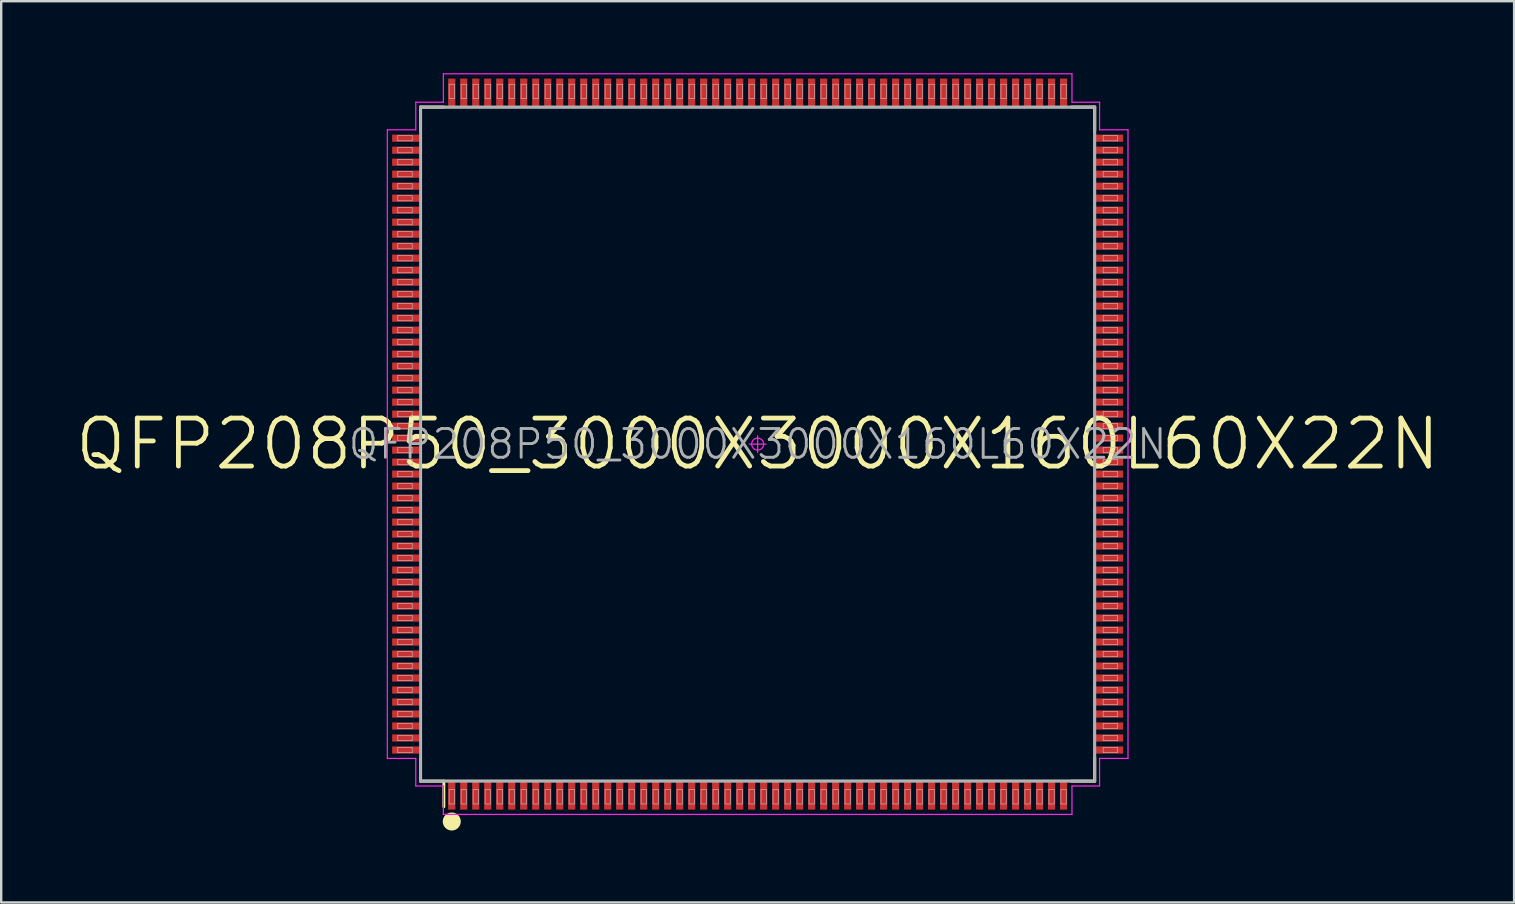
<source format=kicad_pcb>
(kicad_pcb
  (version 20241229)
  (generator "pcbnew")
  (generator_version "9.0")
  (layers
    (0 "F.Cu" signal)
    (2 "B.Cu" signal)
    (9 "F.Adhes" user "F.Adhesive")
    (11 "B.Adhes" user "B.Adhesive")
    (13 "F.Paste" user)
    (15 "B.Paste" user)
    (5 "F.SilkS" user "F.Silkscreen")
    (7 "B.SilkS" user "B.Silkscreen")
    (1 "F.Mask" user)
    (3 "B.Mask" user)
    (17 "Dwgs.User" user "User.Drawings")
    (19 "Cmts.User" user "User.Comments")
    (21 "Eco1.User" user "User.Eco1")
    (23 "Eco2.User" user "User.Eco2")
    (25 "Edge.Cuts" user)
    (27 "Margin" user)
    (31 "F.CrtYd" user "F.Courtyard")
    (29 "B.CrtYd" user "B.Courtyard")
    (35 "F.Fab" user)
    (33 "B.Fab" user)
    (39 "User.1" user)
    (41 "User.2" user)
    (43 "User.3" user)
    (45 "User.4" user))
  (footprint "QFP208P50_3000X3000X160L60X22N"
    (layer "F.Cu")
    (at 28.529 15.46)
    (property "Reference" "QFP208P50_3000X3000X160L60X22N" (at 0 0 0) (layer "F.Fab") (effects (font (size 1.2 1.2) (thickness 0.12))))
    (attr smd)
    (fp_line (start -14.05 -14.05) (end -14.05 -13.08) (stroke (width 0.12) (type solid)) (layer "F.SilkS"))
    (fp_line (start -14.05 14.05) (end -14.05 13.08) (stroke (width 0.12) (type solid)) (layer "F.SilkS"))
    (fp_line (start -13.08 -14.05) (end -14.05 -14.05) (stroke (width 0.12) (type solid)) (layer "F.SilkS"))
    (fp_line (start -13.08 14.05) (end -14.05 14.05) (stroke (width 0.12) (type solid)) (layer "F.SilkS"))
    (fp_line (start -13.08 14.05) (end -13.08 15.115) (stroke (width 0.12) (type solid)) (layer "F.SilkS"))
    (fp_line (start 13.08 -14.05) (end 14.05 -14.05) (stroke (width 0.12) (type solid)) (layer "F.SilkS"))
    (fp_line (start 13.08 14.05) (end 14.05 14.05) (stroke (width 0.12) (type solid)) (layer "F.SilkS"))
    (fp_line (start 14.05 -14.05) (end 14.05 -13.08) (stroke (width 0.12) (type solid)) (layer "F.SilkS"))
    (fp_line (start 14.05 14.05) (end 14.05 13.08) (stroke (width 0.12) (type solid)) (layer "F.SilkS"))
    (fp_circle (center -12.75 15.73) (end -12.75 15.918) (stroke (width 0.375) (type solid)) (fill no) (layer "F.SilkS"))
    (fp_line (start -15 -12.86) (end -14.4 -12.86) (stroke (width 0.025) (type solid)) (layer "Dwgs.User"))
    (fp_line (start -15 -12.64) (end -15 -12.86) (stroke (width 0.025) (type solid)) (layer "Dwgs.User"))
    (fp_line (start -15 -12.36) (end -14.4 -12.36) (stroke (width 0.025) (type solid)) (layer "Dwgs.User"))
    (fp_line (start -15 -12.14) (end -15 -12.36) (stroke (width 0.025) (type solid)) (layer "Dwgs.User"))
    (fp_line (start -15 -11.86) (end -14.4 -11.86) (stroke (width 0.025) (type solid)) (layer "Dwgs.User"))
    (fp_line (start -15 -11.64) (end -15 -11.86) (stroke (width 0.025) (type solid)) (layer "Dwgs.User"))
    (fp_line (start -15 -11.36) (end -14.4 -11.36) (stroke (width 0.025) (type solid)) (layer "Dwgs.User"))
    (fp_line (start -15 -11.14) (end -15 -11.36) (stroke (width 0.025) (type solid)) (layer "Dwgs.User"))
    (fp_line (start -15 -10.86) (end -14.4 -10.86) (stroke (width 0.025) (type solid)) (layer "Dwgs.User"))
    (fp_line (start -15 -10.64) (end -15 -10.86) (stroke (width 0.025) (type solid)) (layer "Dwgs.User"))
    (fp_line (start -15 -10.36) (end -14.4 -10.36) (stroke (width 0.025) (type solid)) (layer "Dwgs.User"))
    (fp_line (start -15 -10.14) (end -15 -10.36) (stroke (width 0.025) (type solid)) (layer "Dwgs.User"))
    (fp_line (start -15 -9.86) (end -14.4 -9.86) (stroke (width 0.025) (type solid)) (layer "Dwgs.User"))
    (fp_line (start -15 -9.64) (end -15 -9.86) (stroke (width 0.025) (type solid)) (layer "Dwgs.User"))
    (fp_line (start -15 -9.36) (end -14.4 -9.36) (stroke (width 0.025) (type solid)) (layer "Dwgs.User"))
    (fp_line (start -15 -9.14) (end -15 -9.36) (stroke (width 0.025) (type solid)) (layer "Dwgs.User"))
    (fp_line (start -15 -8.86) (end -14.4 -8.86) (stroke (width 0.025) (type solid)) (layer "Dwgs.User"))
    (fp_line (start -15 -8.64) (end -15 -8.86) (stroke (width 0.025) (type solid)) (layer "Dwgs.User"))
    (fp_line (start -15 -8.36) (end -14.4 -8.36) (stroke (width 0.025) (type solid)) (layer "Dwgs.User"))
    (fp_line (start -15 -8.14) (end -15 -8.36) (stroke (width 0.025) (type solid)) (layer "Dwgs.User"))
    (fp_line (start -15 -7.86) (end -14.4 -7.86) (stroke (width 0.025) (type solid)) (layer "Dwgs.User"))
    (fp_line (start -15 -7.64) (end -15 -7.86) (stroke (width 0.025) (type solid)) (layer "Dwgs.User"))
    (fp_line (start -15 -7.36) (end -14.4 -7.36) (stroke (width 0.025) (type solid)) (layer "Dwgs.User"))
    (fp_line (start -15 -7.14) (end -15 -7.36) (stroke (width 0.025) (type solid)) (layer "Dwgs.User"))
    (fp_line (start -15 -6.86) (end -14.4 -6.86) (stroke (width 0.025) (type solid)) (layer "Dwgs.User"))
    (fp_line (start -15 -6.64) (end -15 -6.86) (stroke (width 0.025) (type solid)) (layer "Dwgs.User"))
    (fp_line (start -15 -6.36) (end -14.4 -6.36) (stroke (width 0.025) (type solid)) (layer "Dwgs.User"))
    (fp_line (start -15 -6.14) (end -15 -6.36) (stroke (width 0.025) (type solid)) (layer "Dwgs.User"))
    (fp_line (start -15 -5.86) (end -14.4 -5.86) (stroke (width 0.025) (type solid)) (layer "Dwgs.User"))
    (fp_line (start -15 -5.64) (end -15 -5.86) (stroke (width 0.025) (type solid)) (layer "Dwgs.User"))
    (fp_line (start -15 -5.36) (end -14.4 -5.36) (stroke (width 0.025) (type solid)) (layer "Dwgs.User"))
    (fp_line (start -15 -5.14) (end -15 -5.36) (stroke (width 0.025) (type solid)) (layer "Dwgs.User"))
    (fp_line (start -15 -4.86) (end -14.4 -4.86) (stroke (width 0.025) (type solid)) (layer "Dwgs.User"))
    (fp_line (start -15 -4.64) (end -15 -4.86) (stroke (width 0.025) (type solid)) (layer "Dwgs.User"))
    (fp_line (start -15 -4.36) (end -14.4 -4.36) (stroke (width 0.025) (type solid)) (layer "Dwgs.User"))
    (fp_line (start -15 -4.14) (end -15 -4.36) (stroke (width 0.025) (type solid)) (layer "Dwgs.User"))
    (fp_line (start -15 -3.86) (end -14.4 -3.86) (stroke (width 0.025) (type solid)) (layer "Dwgs.User"))
    (fp_line (start -15 -3.64) (end -15 -3.86) (stroke (width 0.025) (type solid)) (layer "Dwgs.User"))
    (fp_line (start -15 -3.36) (end -14.4 -3.36) (stroke (width 0.025) (type solid)) (layer "Dwgs.User"))
    (fp_line (start -15 -3.14) (end -15 -3.36) (stroke (width 0.025) (type solid)) (layer "Dwgs.User"))
    (fp_line (start -15 -2.86) (end -14.4 -2.86) (stroke (width 0.025) (type solid)) (layer "Dwgs.User"))
    (fp_line (start -15 -2.64) (end -15 -2.86) (stroke (width 0.025) (type solid)) (layer "Dwgs.User"))
    (fp_line (start -15 -2.36) (end -14.4 -2.36) (stroke (width 0.025) (type solid)) (layer "Dwgs.User"))
    (fp_line (start -15 -2.14) (end -15 -2.36) (stroke (width 0.025) (type solid)) (layer "Dwgs.User"))
    (fp_line (start -15 -1.86) (end -14.4 -1.86) (stroke (width 0.025) (type solid)) (layer "Dwgs.User"))
    (fp_line (start -15 -1.64) (end -15 -1.86) (stroke (width 0.025) (type solid)) (layer "Dwgs.User"))
    (fp_line (start -15 -1.36) (end -14.4 -1.36) (stroke (width 0.025) (type solid)) (layer "Dwgs.User"))
    (fp_line (start -15 -1.14) (end -15 -1.36) (stroke (width 0.025) (type solid)) (layer "Dwgs.User"))
    (fp_line (start -15 -0.86) (end -14.4 -0.86) (stroke (width 0.025) (type solid)) (layer "Dwgs.User"))
    (fp_line (start -15 -0.64) (end -15 -0.86) (stroke (width 0.025) (type solid)) (layer "Dwgs.User"))
    (fp_line (start -15 -0.36) (end -14.4 -0.36) (stroke (width 0.025) (type solid)) (layer "Dwgs.User"))
    (fp_line (start -15 -0.14) (end -15 -0.36) (stroke (width 0.025) (type solid)) (layer "Dwgs.User"))
    (fp_line (start -15 0.14) (end -14.4 0.14) (stroke (width 0.025) (type solid)) (layer "Dwgs.User"))
    (fp_line (start -15 0.36) (end -15 0.14) (stroke (width 0.025) (type solid)) (layer "Dwgs.User"))
    (fp_line (start -15 0.64) (end -14.4 0.64) (stroke (width 0.025) (type solid)) (layer "Dwgs.User"))
    (fp_line (start -15 0.86) (end -15 0.64) (stroke (width 0.025) (type solid)) (layer "Dwgs.User"))
    (fp_line (start -15 1.14) (end -14.4 1.14) (stroke (width 0.025) (type solid)) (layer "Dwgs.User"))
    (fp_line (start -15 1.36) (end -15 1.14) (stroke (width 0.025) (type solid)) (layer "Dwgs.User"))
    (fp_line (start -15 1.64) (end -14.4 1.64) (stroke (width 0.025) (type solid)) (layer "Dwgs.User"))
    (fp_line (start -15 1.86) (end -15 1.64) (stroke (width 0.025) (type solid)) (layer "Dwgs.User"))
    (fp_line (start -15 2.14) (end -14.4 2.14) (stroke (width 0.025) (type solid)) (layer "Dwgs.User"))
    (fp_line (start -15 2.36) (end -15 2.14) (stroke (width 0.025) (type solid)) (layer "Dwgs.User"))
    (fp_line (start -15 2.64) (end -14.4 2.64) (stroke (width 0.025) (type solid)) (layer "Dwgs.User"))
    (fp_line (start -15 2.86) (end -15 2.64) (stroke (width 0.025) (type solid)) (layer "Dwgs.User"))
    (fp_line (start -15 3.14) (end -14.4 3.14) (stroke (width 0.025) (type solid)) (layer "Dwgs.User"))
    (fp_line (start -15 3.36) (end -15 3.14) (stroke (width 0.025) (type solid)) (layer "Dwgs.User"))
    (fp_line (start -15 3.64) (end -14.4 3.64) (stroke (width 0.025) (type solid)) (layer "Dwgs.User"))
    (fp_line (start -15 3.86) (end -15 3.64) (stroke (width 0.025) (type solid)) (layer "Dwgs.User"))
    (fp_line (start -15 4.14) (end -14.4 4.14) (stroke (width 0.025) (type solid)) (layer "Dwgs.User"))
    (fp_line (start -15 4.36) (end -15 4.14) (stroke (width 0.025) (type solid)) (layer "Dwgs.User"))
    (fp_line (start -15 4.64) (end -14.4 4.64) (stroke (width 0.025) (type solid)) (layer "Dwgs.User"))
    (fp_line (start -15 4.86) (end -15 4.64) (stroke (width 0.025) (type solid)) (layer "Dwgs.User"))
    (fp_line (start -15 5.14) (end -14.4 5.14) (stroke (width 0.025) (type solid)) (layer "Dwgs.User"))
    (fp_line (start -15 5.36) (end -15 5.14) (stroke (width 0.025) (type solid)) (layer "Dwgs.User"))
    (fp_line (start -15 5.64) (end -14.4 5.64) (stroke (width 0.025) (type solid)) (layer "Dwgs.User"))
    (fp_line (start -15 5.86) (end -15 5.64) (stroke (width 0.025) (type solid)) (layer "Dwgs.User"))
    (fp_line (start -15 6.14) (end -14.4 6.14) (stroke (width 0.025) (type solid)) (layer "Dwgs.User"))
    (fp_line (start -15 6.36) (end -15 6.14) (stroke (width 0.025) (type solid)) (layer "Dwgs.User"))
    (fp_line (start -15 6.64) (end -14.4 6.64) (stroke (width 0.025) (type solid)) (layer "Dwgs.User"))
    (fp_line (start -15 6.86) (end -15 6.64) (stroke (width 0.025) (type solid)) (layer "Dwgs.User"))
    (fp_line (start -15 7.14) (end -14.4 7.14) (stroke (width 0.025) (type solid)) (layer "Dwgs.User"))
    (fp_line (start -15 7.36) (end -15 7.14) (stroke (width 0.025) (type solid)) (layer "Dwgs.User"))
    (fp_line (start -15 7.64) (end -14.4 7.64) (stroke (width 0.025) (type solid)) (layer "Dwgs.User"))
    (fp_line (start -15 7.86) (end -15 7.64) (stroke (width 0.025) (type solid)) (layer "Dwgs.User"))
    (fp_line (start -15 8.14) (end -14.4 8.14) (stroke (width 0.025) (type solid)) (layer "Dwgs.User"))
    (fp_line (start -15 8.36) (end -15 8.14) (stroke (width 0.025) (type solid)) (layer "Dwgs.User"))
    (fp_line (start -15 8.64) (end -14.4 8.64) (stroke (width 0.025) (type solid)) (layer "Dwgs.User"))
    (fp_line (start -15 8.86) (end -15 8.64) (stroke (width 0.025) (type solid)) (layer "Dwgs.User"))
    (fp_line (start -15 9.14) (end -14.4 9.14) (stroke (width 0.025) (type solid)) (layer "Dwgs.User"))
    (fp_line (start -15 9.36) (end -15 9.14) (stroke (width 0.025) (type solid)) (layer "Dwgs.User"))
    (fp_line (start -15 9.64) (end -14.4 9.64) (stroke (width 0.025) (type solid)) (layer "Dwgs.User"))
    (fp_line (start -15 9.86) (end -15 9.64) (stroke (width 0.025) (type solid)) (layer "Dwgs.User"))
    (fp_line (start -15 10.14) (end -14.4 10.14) (stroke (width 0.025) (type solid)) (layer "Dwgs.User"))
    (fp_line (start -15 10.36) (end -15 10.14) (stroke (width 0.025) (type solid)) (layer "Dwgs.User"))
    (fp_line (start -15 10.64) (end -14.4 10.64) (stroke (width 0.025) (type solid)) (layer "Dwgs.User"))
    (fp_line (start -15 10.86) (end -15 10.64) (stroke (width 0.025) (type solid)) (layer "Dwgs.User"))
    (fp_line (start -15 11.14) (end -14.4 11.14) (stroke (width 0.025) (type solid)) (layer "Dwgs.User"))
    (fp_line (start -15 11.36) (end -15 11.14) (stroke (width 0.025) (type solid)) (layer "Dwgs.User"))
    (fp_line (start -15 11.64) (end -14.4 11.64) (stroke (width 0.025) (type solid)) (layer "Dwgs.User"))
    (fp_line (start -15 11.86) (end -15 11.64) (stroke (width 0.025) (type solid)) (layer "Dwgs.User"))
    (fp_line (start -15 12.14) (end -14.4 12.14) (stroke (width 0.025) (type solid)) (layer "Dwgs.User"))
    (fp_line (start -15 12.36) (end -15 12.14) (stroke (width 0.025) (type solid)) (layer "Dwgs.User"))
    (fp_line (start -15 12.64) (end -14.4 12.64) (stroke (width 0.025) (type solid)) (layer "Dwgs.User"))
    (fp_line (start -15 12.86) (end -15 12.64) (stroke (width 0.025) (type solid)) (layer "Dwgs.User"))
    (fp_line (start -14.4 -12.86) (end -14.4 -12.64) (stroke (width 0.025) (type solid)) (layer "Dwgs.User"))
    (fp_line (start -14.4 -12.64) (end -15 -12.64) (stroke (width 0.025) (type solid)) (layer "Dwgs.User"))
    (fp_line (start -14.4 -12.36) (end -14.4 -12.14) (stroke (width 0.025) (type solid)) (layer "Dwgs.User"))
    (fp_line (start -14.4 -12.14) (end -15 -12.14) (stroke (width 0.025) (type solid)) (layer "Dwgs.User"))
    (fp_line (start -14.4 -11.86) (end -14.4 -11.64) (stroke (width 0.025) (type solid)) (layer "Dwgs.User"))
    (fp_line (start -14.4 -11.64) (end -15 -11.64) (stroke (width 0.025) (type solid)) (layer "Dwgs.User"))
    (fp_line (start -14.4 -11.36) (end -14.4 -11.14) (stroke (width 0.025) (type solid)) (layer "Dwgs.User"))
    (fp_line (start -14.4 -11.14) (end -15 -11.14) (stroke (width 0.025) (type solid)) (layer "Dwgs.User"))
    (fp_line (start -14.4 -10.86) (end -14.4 -10.64) (stroke (width 0.025) (type solid)) (layer "Dwgs.User"))
    (fp_line (start -14.4 -10.64) (end -15 -10.64) (stroke (width 0.025) (type solid)) (layer "Dwgs.User"))
    (fp_line (start -14.4 -10.36) (end -14.4 -10.14) (stroke (width 0.025) (type solid)) (layer "Dwgs.User"))
    (fp_line (start -14.4 -10.14) (end -15 -10.14) (stroke (width 0.025) (type solid)) (layer "Dwgs.User"))
    (fp_line (start -14.4 -9.86) (end -14.4 -9.64) (stroke (width 0.025) (type solid)) (layer "Dwgs.User"))
    (fp_line (start -14.4 -9.64) (end -15 -9.64) (stroke (width 0.025) (type solid)) (layer "Dwgs.User"))
    (fp_line (start -14.4 -9.36) (end -14.4 -9.14) (stroke (width 0.025) (type solid)) (layer "Dwgs.User"))
    (fp_line (start -14.4 -9.14) (end -15 -9.14) (stroke (width 0.025) (type solid)) (layer "Dwgs.User"))
    (fp_line (start -14.4 -8.86) (end -14.4 -8.64) (stroke (width 0.025) (type solid)) (layer "Dwgs.User"))
    (fp_line (start -14.4 -8.64) (end -15 -8.64) (stroke (width 0.025) (type solid)) (layer "Dwgs.User"))
    (fp_line (start -14.4 -8.36) (end -14.4 -8.14) (stroke (width 0.025) (type solid)) (layer "Dwgs.User"))
    (fp_line (start -14.4 -8.14) (end -15 -8.14) (stroke (width 0.025) (type solid)) (layer "Dwgs.User"))
    (fp_line (start -14.4 -7.86) (end -14.4 -7.64) (stroke (width 0.025) (type solid)) (layer "Dwgs.User"))
    (fp_line (start -14.4 -7.64) (end -15 -7.64) (stroke (width 0.025) (type solid)) (layer "Dwgs.User"))
    (fp_line (start -14.4 -7.36) (end -14.4 -7.14) (stroke (width 0.025) (type solid)) (layer "Dwgs.User"))
    (fp_line (start -14.4 -7.14) (end -15 -7.14) (stroke (width 0.025) (type solid)) (layer "Dwgs.User"))
    (fp_line (start -14.4 -6.86) (end -14.4 -6.64) (stroke (width 0.025) (type solid)) (layer "Dwgs.User"))
    (fp_line (start -14.4 -6.64) (end -15 -6.64) (stroke (width 0.025) (type solid)) (layer "Dwgs.User"))
    (fp_line (start -14.4 -6.36) (end -14.4 -6.14) (stroke (width 0.025) (type solid)) (layer "Dwgs.User"))
    (fp_line (start -14.4 -6.14) (end -15 -6.14) (stroke (width 0.025) (type solid)) (layer "Dwgs.User"))
    (fp_line (start -14.4 -5.86) (end -14.4 -5.64) (stroke (width 0.025) (type solid)) (layer "Dwgs.User"))
    (fp_line (start -14.4 -5.64) (end -15 -5.64) (stroke (width 0.025) (type solid)) (layer "Dwgs.User"))
    (fp_line (start -14.4 -5.36) (end -14.4 -5.14) (stroke (width 0.025) (type solid)) (layer "Dwgs.User"))
    (fp_line (start -14.4 -5.14) (end -15 -5.14) (stroke (width 0.025) (type solid)) (layer "Dwgs.User"))
    (fp_line (start -14.4 -4.86) (end -14.4 -4.64) (stroke (width 0.025) (type solid)) (layer "Dwgs.User"))
    (fp_line (start -14.4 -4.64) (end -15 -4.64) (stroke (width 0.025) (type solid)) (layer "Dwgs.User"))
    (fp_line (start -14.4 -4.36) (end -14.4 -4.14) (stroke (width 0.025) (type solid)) (layer "Dwgs.User"))
    (fp_line (start -14.4 -4.14) (end -15 -4.14) (stroke (width 0.025) (type solid)) (layer "Dwgs.User"))
    (fp_line (start -14.4 -3.86) (end -14.4 -3.64) (stroke (width 0.025) (type solid)) (layer "Dwgs.User"))
    (fp_line (start -14.4 -3.64) (end -15 -3.64) (stroke (width 0.025) (type solid)) (layer "Dwgs.User"))
    (fp_line (start -14.4 -3.36) (end -14.4 -3.14) (stroke (width 0.025) (type solid)) (layer "Dwgs.User"))
    (fp_line (start -14.4 -3.14) (end -15 -3.14) (stroke (width 0.025) (type solid)) (layer "Dwgs.User"))
    (fp_line (start -14.4 -2.86) (end -14.4 -2.64) (stroke (width 0.025) (type solid)) (layer "Dwgs.User"))
    (fp_line (start -14.4 -2.64) (end -15 -2.64) (stroke (width 0.025) (type solid)) (layer "Dwgs.User"))
    (fp_line (start -14.4 -2.36) (end -14.4 -2.14) (stroke (width 0.025) (type solid)) (layer "Dwgs.User"))
    (fp_line (start -14.4 -2.14) (end -15 -2.14) (stroke (width 0.025) (type solid)) (layer "Dwgs.User"))
    (fp_line (start -14.4 -1.86) (end -14.4 -1.64) (stroke (width 0.025) (type solid)) (layer "Dwgs.User"))
    (fp_line (start -14.4 -1.64) (end -15 -1.64) (stroke (width 0.025) (type solid)) (layer "Dwgs.User"))
    (fp_line (start -14.4 -1.36) (end -14.4 -1.14) (stroke (width 0.025) (type solid)) (layer "Dwgs.User"))
    (fp_line (start -14.4 -1.14) (end -15 -1.14) (stroke (width 0.025) (type solid)) (layer "Dwgs.User"))
    (fp_line (start -14.4 -0.86) (end -14.4 -0.64) (stroke (width 0.025) (type solid)) (layer "Dwgs.User"))
    (fp_line (start -14.4 -0.64) (end -15 -0.64) (stroke (width 0.025) (type solid)) (layer "Dwgs.User"))
    (fp_line (start -14.4 -0.36) (end -14.4 -0.14) (stroke (width 0.025) (type solid)) (layer "Dwgs.User"))
    (fp_line (start -14.4 -0.14) (end -15 -0.14) (stroke (width 0.025) (type solid)) (layer "Dwgs.User"))
    (fp_line (start -14.4 0.14) (end -14.4 0.36) (stroke (width 0.025) (type solid)) (layer "Dwgs.User"))
    (fp_line (start -14.4 0.36) (end -15 0.36) (stroke (width 0.025) (type solid)) (layer "Dwgs.User"))
    (fp_line (start -14.4 0.64) (end -14.4 0.86) (stroke (width 0.025) (type solid)) (layer "Dwgs.User"))
    (fp_line (start -14.4 0.86) (end -15 0.86) (stroke (width 0.025) (type solid)) (layer "Dwgs.User"))
    (fp_line (start -14.4 1.14) (end -14.4 1.36) (stroke (width 0.025) (type solid)) (layer "Dwgs.User"))
    (fp_line (start -14.4 1.36) (end -15 1.36) (stroke (width 0.025) (type solid)) (layer "Dwgs.User"))
    (fp_line (start -14.4 1.64) (end -14.4 1.86) (stroke (width 0.025) (type solid)) (layer "Dwgs.User"))
    (fp_line (start -14.4 1.86) (end -15 1.86) (stroke (width 0.025) (type solid)) (layer "Dwgs.User"))
    (fp_line (start -14.4 2.14) (end -14.4 2.36) (stroke (width 0.025) (type solid)) (layer "Dwgs.User"))
    (fp_line (start -14.4 2.36) (end -15 2.36) (stroke (width 0.025) (type solid)) (layer "Dwgs.User"))
    (fp_line (start -14.4 2.64) (end -14.4 2.86) (stroke (width 0.025) (type solid)) (layer "Dwgs.User"))
    (fp_line (start -14.4 2.86) (end -15 2.86) (stroke (width 0.025) (type solid)) (layer "Dwgs.User"))
    (fp_line (start -14.4 3.14) (end -14.4 3.36) (stroke (width 0.025) (type solid)) (layer "Dwgs.User"))
    (fp_line (start -14.4 3.36) (end -15 3.36) (stroke (width 0.025) (type solid)) (layer "Dwgs.User"))
    (fp_line (start -14.4 3.64) (end -14.4 3.86) (stroke (width 0.025) (type solid)) (layer "Dwgs.User"))
    (fp_line (start -14.4 3.86) (end -15 3.86) (stroke (width 0.025) (type solid)) (layer "Dwgs.User"))
    (fp_line (start -14.4 4.14) (end -14.4 4.36) (stroke (width 0.025) (type solid)) (layer "Dwgs.User"))
    (fp_line (start -14.4 4.36) (end -15 4.36) (stroke (width 0.025) (type solid)) (layer "Dwgs.User"))
    (fp_line (start -14.4 4.64) (end -14.4 4.86) (stroke (width 0.025) (type solid)) (layer "Dwgs.User"))
    (fp_line (start -14.4 4.86) (end -15 4.86) (stroke (width 0.025) (type solid)) (layer "Dwgs.User"))
    (fp_line (start -14.4 5.14) (end -14.4 5.36) (stroke (width 0.025) (type solid)) (layer "Dwgs.User"))
    (fp_line (start -14.4 5.36) (end -15 5.36) (stroke (width 0.025) (type solid)) (layer "Dwgs.User"))
    (fp_line (start -14.4 5.64) (end -14.4 5.86) (stroke (width 0.025) (type solid)) (layer "Dwgs.User"))
    (fp_line (start -14.4 5.86) (end -15 5.86) (stroke (width 0.025) (type solid)) (layer "Dwgs.User"))
    (fp_line (start -14.4 6.14) (end -14.4 6.36) (stroke (width 0.025) (type solid)) (layer "Dwgs.User"))
    (fp_line (start -14.4 6.36) (end -15 6.36) (stroke (width 0.025) (type solid)) (layer "Dwgs.User"))
    (fp_line (start -14.4 6.64) (end -14.4 6.86) (stroke (width 0.025) (type solid)) (layer "Dwgs.User"))
    (fp_line (start -14.4 6.86) (end -15 6.86) (stroke (width 0.025) (type solid)) (layer "Dwgs.User"))
    (fp_line (start -14.4 7.14) (end -14.4 7.36) (stroke (width 0.025) (type solid)) (layer "Dwgs.User"))
    (fp_line (start -14.4 7.36) (end -15 7.36) (stroke (width 0.025) (type solid)) (layer "Dwgs.User"))
    (fp_line (start -14.4 7.64) (end -14.4 7.86) (stroke (width 0.025) (type solid)) (layer "Dwgs.User"))
    (fp_line (start -14.4 7.86) (end -15 7.86) (stroke (width 0.025) (type solid)) (layer "Dwgs.User"))
    (fp_line (start -14.4 8.14) (end -14.4 8.36) (stroke (width 0.025) (type solid)) (layer "Dwgs.User"))
    (fp_line (start -14.4 8.36) (end -15 8.36) (stroke (width 0.025) (type solid)) (layer "Dwgs.User"))
    (fp_line (start -14.4 8.64) (end -14.4 8.86) (stroke (width 0.025) (type solid)) (layer "Dwgs.User"))
    (fp_line (start -14.4 8.86) (end -15 8.86) (stroke (width 0.025) (type solid)) (layer "Dwgs.User"))
    (fp_line (start -14.4 9.14) (end -14.4 9.36) (stroke (width 0.025) (type solid)) (layer "Dwgs.User"))
    (fp_line (start -14.4 9.36) (end -15 9.36) (stroke (width 0.025) (type solid)) (layer "Dwgs.User"))
    (fp_line (start -14.4 9.64) (end -14.4 9.86) (stroke (width 0.025) (type solid)) (layer "Dwgs.User"))
    (fp_line (start -14.4 9.86) (end -15 9.86) (stroke (width 0.025) (type solid)) (layer "Dwgs.User"))
    (fp_line (start -14.4 10.14) (end -14.4 10.36) (stroke (width 0.025) (type solid)) (layer "Dwgs.User"))
    (fp_line (start -14.4 10.36) (end -15 10.36) (stroke (width 0.025) (type solid)) (layer "Dwgs.User"))
    (fp_line (start -14.4 10.64) (end -14.4 10.86) (stroke (width 0.025) (type solid)) (layer "Dwgs.User"))
    (fp_line (start -14.4 10.86) (end -15 10.86) (stroke (width 0.025) (type solid)) (layer "Dwgs.User"))
    (fp_line (start -14.4 11.14) (end -14.4 11.36) (stroke (width 0.025) (type solid)) (layer "Dwgs.User"))
    (fp_line (start -14.4 11.36) (end -15 11.36) (stroke (width 0.025) (type solid)) (layer "Dwgs.User"))
    (fp_line (start -14.4 11.64) (end -14.4 11.86) (stroke (width 0.025) (type solid)) (layer "Dwgs.User"))
    (fp_line (start -14.4 11.86) (end -15 11.86) (stroke (width 0.025) (type solid)) (layer "Dwgs.User"))
    (fp_line (start -14.4 12.14) (end -14.4 12.36) (stroke (width 0.025) (type solid)) (layer "Dwgs.User"))
    (fp_line (start -14.4 12.36) (end -15 12.36) (stroke (width 0.025) (type solid)) (layer "Dwgs.User"))
    (fp_line (start -14.4 12.64) (end -14.4 12.86) (stroke (width 0.025) (type solid)) (layer "Dwgs.User"))
    (fp_line (start -14.4 12.86) (end -15 12.86) (stroke (width 0.025) (type solid)) (layer "Dwgs.User"))
    (fp_line (start -14 -14) (end 14 -14) (stroke (width 0.025) (type solid)) (layer "Dwgs.User"))
    (fp_line (start -14 14) (end -14 -14) (stroke (width 0.025) (type solid)) (layer "Dwgs.User"))
    (fp_line (start -12.86 -15) (end -12.64 -15) (stroke (width 0.025) (type solid)) (layer "Dwgs.User"))
    (fp_line (start -12.86 -14.4) (end -12.86 -15) (stroke (width 0.025) (type solid)) (layer "Dwgs.User"))
    (fp_line (start -12.86 14.4) (end -12.64 14.4) (stroke (width 0.025) (type solid)) (layer "Dwgs.User"))
    (fp_line (start -12.86 15) (end -12.86 14.4) (stroke (width 0.025) (type solid)) (layer "Dwgs.User"))
    (fp_line (start -12.64 -15) (end -12.64 -14.4) (stroke (width 0.025) (type solid)) (layer "Dwgs.User"))
    (fp_line (start -12.64 -14.4) (end -12.86 -14.4) (stroke (width 0.025) (type solid)) (layer "Dwgs.User"))
    (fp_line (start -12.64 14.4) (end -12.64 15) (stroke (width 0.025) (type solid)) (layer "Dwgs.User"))
    (fp_line (start -12.64 15) (end -12.86 15) (stroke (width 0.025) (type solid)) (layer "Dwgs.User"))
    (fp_line (start -12.36 -15) (end -12.14 -15) (stroke (width 0.025) (type solid)) (layer "Dwgs.User"))
    (fp_line (start -12.36 -14.4) (end -12.36 -15) (stroke (width 0.025) (type solid)) (layer "Dwgs.User"))
    (fp_line (start -12.36 14.4) (end -12.14 14.4) (stroke (width 0.025) (type solid)) (layer "Dwgs.User"))
    (fp_line (start -12.36 15) (end -12.36 14.4) (stroke (width 0.025) (type solid)) (layer "Dwgs.User"))
    (fp_line (start -12.14 -15) (end -12.14 -14.4) (stroke (width 0.025) (type solid)) (layer "Dwgs.User"))
    (fp_line (start -12.14 -14.4) (end -12.36 -14.4) (stroke (width 0.025) (type solid)) (layer "Dwgs.User"))
    (fp_line (start -12.14 14.4) (end -12.14 15) (stroke (width 0.025) (type solid)) (layer "Dwgs.User"))
    (fp_line (start -12.14 15) (end -12.36 15) (stroke (width 0.025) (type solid)) (layer "Dwgs.User"))
    (fp_line (start -11.86 -15) (end -11.64 -15) (stroke (width 0.025) (type solid)) (layer "Dwgs.User"))
    (fp_line (start -11.86 -14.4) (end -11.86 -15) (stroke (width 0.025) (type solid)) (layer "Dwgs.User"))
    (fp_line (start -11.86 14.4) (end -11.64 14.4) (stroke (width 0.025) (type solid)) (layer "Dwgs.User"))
    (fp_line (start -11.86 15) (end -11.86 14.4) (stroke (width 0.025) (type solid)) (layer "Dwgs.User"))
    (fp_line (start -11.64 -15) (end -11.64 -14.4) (stroke (width 0.025) (type solid)) (layer "Dwgs.User"))
    (fp_line (start -11.64 -14.4) (end -11.86 -14.4) (stroke (width 0.025) (type solid)) (layer "Dwgs.User"))
    (fp_line (start -11.64 14.4) (end -11.64 15) (stroke (width 0.025) (type solid)) (layer "Dwgs.User"))
    (fp_line (start -11.64 15) (end -11.86 15) (stroke (width 0.025) (type solid)) (layer "Dwgs.User"))
    (fp_line (start -11.36 -15) (end -11.14 -15) (stroke (width 0.025) (type solid)) (layer "Dwgs.User"))
    (fp_line (start -11.36 -14.4) (end -11.36 -15) (stroke (width 0.025) (type solid)) (layer "Dwgs.User"))
    (fp_line (start -11.36 14.4) (end -11.14 14.4) (stroke (width 0.025) (type solid)) (layer "Dwgs.User"))
    (fp_line (start -11.36 15) (end -11.36 14.4) (stroke (width 0.025) (type solid)) (layer "Dwgs.User"))
    (fp_line (start -11.14 -15) (end -11.14 -14.4) (stroke (width 0.025) (type solid)) (layer "Dwgs.User"))
    (fp_line (start -11.14 -14.4) (end -11.36 -14.4) (stroke (width 0.025) (type solid)) (layer "Dwgs.User"))
    (fp_line (start -11.14 14.4) (end -11.14 15) (stroke (width 0.025) (type solid)) (layer "Dwgs.User"))
    (fp_line (start -11.14 15) (end -11.36 15) (stroke (width 0.025) (type solid)) (layer "Dwgs.User"))
    (fp_line (start -10.86 -15) (end -10.64 -15) (stroke (width 0.025) (type solid)) (layer "Dwgs.User"))
    (fp_line (start -10.86 -14.4) (end -10.86 -15) (stroke (width 0.025) (type solid)) (layer "Dwgs.User"))
    (fp_line (start -10.86 14.4) (end -10.64 14.4) (stroke (width 0.025) (type solid)) (layer "Dwgs.User"))
    (fp_line (start -10.86 15) (end -10.86 14.4) (stroke (width 0.025) (type solid)) (layer "Dwgs.User"))
    (fp_line (start -10.64 -15) (end -10.64 -14.4) (stroke (width 0.025) (type solid)) (layer "Dwgs.User"))
    (fp_line (start -10.64 -14.4) (end -10.86 -14.4) (stroke (width 0.025) (type solid)) (layer "Dwgs.User"))
    (fp_line (start -10.64 14.4) (end -10.64 15) (stroke (width 0.025) (type solid)) (layer "Dwgs.User"))
    (fp_line (start -10.64 15) (end -10.86 15) (stroke (width 0.025) (type solid)) (layer "Dwgs.User"))
    (fp_line (start -10.36 -15) (end -10.14 -15) (stroke (width 0.025) (type solid)) (layer "Dwgs.User"))
    (fp_line (start -10.36 -14.4) (end -10.36 -15) (stroke (width 0.025) (type solid)) (layer "Dwgs.User"))
    (fp_line (start -10.36 14.4) (end -10.14 14.4) (stroke (width 0.025) (type solid)) (layer "Dwgs.User"))
    (fp_line (start -10.36 15) (end -10.36 14.4) (stroke (width 0.025) (type solid)) (layer "Dwgs.User"))
    (fp_line (start -10.14 -15) (end -10.14 -14.4) (stroke (width 0.025) (type solid)) (layer "Dwgs.User"))
    (fp_line (start -10.14 -14.4) (end -10.36 -14.4) (stroke (width 0.025) (type solid)) (layer "Dwgs.User"))
    (fp_line (start -10.14 14.4) (end -10.14 15) (stroke (width 0.025) (type solid)) (layer "Dwgs.User"))
    (fp_line (start -10.14 15) (end -10.36 15) (stroke (width 0.025) (type solid)) (layer "Dwgs.User"))
    (fp_line (start -9.86 -15) (end -9.64 -15) (stroke (width 0.025) (type solid)) (layer "Dwgs.User"))
    (fp_line (start -9.86 -14.4) (end -9.86 -15) (stroke (width 0.025) (type solid)) (layer "Dwgs.User"))
    (fp_line (start -9.86 14.4) (end -9.64 14.4) (stroke (width 0.025) (type solid)) (layer "Dwgs.User"))
    (fp_line (start -9.86 15) (end -9.86 14.4) (stroke (width 0.025) (type solid)) (layer "Dwgs.User"))
    (fp_line (start -9.64 -15) (end -9.64 -14.4) (stroke (width 0.025) (type solid)) (layer "Dwgs.User"))
    (fp_line (start -9.64 -14.4) (end -9.86 -14.4) (stroke (width 0.025) (type solid)) (layer "Dwgs.User"))
    (fp_line (start -9.64 14.4) (end -9.64 15) (stroke (width 0.025) (type solid)) (layer "Dwgs.User"))
    (fp_line (start -9.64 15) (end -9.86 15) (stroke (width 0.025) (type solid)) (layer "Dwgs.User"))
    (fp_line (start -9.36 -15) (end -9.14 -15) (stroke (width 0.025) (type solid)) (layer "Dwgs.User"))
    (fp_line (start -9.36 -14.4) (end -9.36 -15) (stroke (width 0.025) (type solid)) (layer "Dwgs.User"))
    (fp_line (start -9.36 14.4) (end -9.14 14.4) (stroke (width 0.025) (type solid)) (layer "Dwgs.User"))
    (fp_line (start -9.36 15) (end -9.36 14.4) (stroke (width 0.025) (type solid)) (layer "Dwgs.User"))
    (fp_line (start -9.14 -15) (end -9.14 -14.4) (stroke (width 0.025) (type solid)) (layer "Dwgs.User"))
    (fp_line (start -9.14 -14.4) (end -9.36 -14.4) (stroke (width 0.025) (type solid)) (layer "Dwgs.User"))
    (fp_line (start -9.14 14.4) (end -9.14 15) (stroke (width 0.025) (type solid)) (layer "Dwgs.User"))
    (fp_line (start -9.14 15) (end -9.36 15) (stroke (width 0.025) (type solid)) (layer "Dwgs.User"))
    (fp_line (start -8.86 -15) (end -8.64 -15) (stroke (width 0.025) (type solid)) (layer "Dwgs.User"))
    (fp_line (start -8.86 -14.4) (end -8.86 -15) (stroke (width 0.025) (type solid)) (layer "Dwgs.User"))
    (fp_line (start -8.86 14.4) (end -8.64 14.4) (stroke (width 0.025) (type solid)) (layer "Dwgs.User"))
    (fp_line (start -8.86 15) (end -8.86 14.4) (stroke (width 0.025) (type solid)) (layer "Dwgs.User"))
    (fp_line (start -8.64 -15) (end -8.64 -14.4) (stroke (width 0.025) (type solid)) (layer "Dwgs.User"))
    (fp_line (start -8.64 -14.4) (end -8.86 -14.4) (stroke (width 0.025) (type solid)) (layer "Dwgs.User"))
    (fp_line (start -8.64 14.4) (end -8.64 15) (stroke (width 0.025) (type solid)) (layer "Dwgs.User"))
    (fp_line (start -8.64 15) (end -8.86 15) (stroke (width 0.025) (type solid)) (layer "Dwgs.User"))
    (fp_line (start -8.36 -15) (end -8.14 -15) (stroke (width 0.025) (type solid)) (layer "Dwgs.User"))
    (fp_line (start -8.36 -14.4) (end -8.36 -15) (stroke (width 0.025) (type solid)) (layer "Dwgs.User"))
    (fp_line (start -8.36 14.4) (end -8.14 14.4) (stroke (width 0.025) (type solid)) (layer "Dwgs.User"))
    (fp_line (start -8.36 15) (end -8.36 14.4) (stroke (width 0.025) (type solid)) (layer "Dwgs.User"))
    (fp_line (start -8.14 -15) (end -8.14 -14.4) (stroke (width 0.025) (type solid)) (layer "Dwgs.User"))
    (fp_line (start -8.14 -14.4) (end -8.36 -14.4) (stroke (width 0.025) (type solid)) (layer "Dwgs.User"))
    (fp_line (start -8.14 14.4) (end -8.14 15) (stroke (width 0.025) (type solid)) (layer "Dwgs.User"))
    (fp_line (start -8.14 15) (end -8.36 15) (stroke (width 0.025) (type solid)) (layer "Dwgs.User"))
    (fp_line (start -7.86 -15) (end -7.64 -15) (stroke (width 0.025) (type solid)) (layer "Dwgs.User"))
    (fp_line (start -7.86 -14.4) (end -7.86 -15) (stroke (width 0.025) (type solid)) (layer "Dwgs.User"))
    (fp_line (start -7.86 14.4) (end -7.64 14.4) (stroke (width 0.025) (type solid)) (layer "Dwgs.User"))
    (fp_line (start -7.86 15) (end -7.86 14.4) (stroke (width 0.025) (type solid)) (layer "Dwgs.User"))
    (fp_line (start -7.64 -15) (end -7.64 -14.4) (stroke (width 0.025) (type solid)) (layer "Dwgs.User"))
    (fp_line (start -7.64 -14.4) (end -7.86 -14.4) (stroke (width 0.025) (type solid)) (layer "Dwgs.User"))
    (fp_line (start -7.64 14.4) (end -7.64 15) (stroke (width 0.025) (type solid)) (layer "Dwgs.User"))
    (fp_line (start -7.64 15) (end -7.86 15) (stroke (width 0.025) (type solid)) (layer "Dwgs.User"))
    (fp_line (start -7.36 -15) (end -7.14 -15) (stroke (width 0.025) (type solid)) (layer "Dwgs.User"))
    (fp_line (start -7.36 -14.4) (end -7.36 -15) (stroke (width 0.025) (type solid)) (layer "Dwgs.User"))
    (fp_line (start -7.36 14.4) (end -7.14 14.4) (stroke (width 0.025) (type solid)) (layer "Dwgs.User"))
    (fp_line (start -7.36 15) (end -7.36 14.4) (stroke (width 0.025) (type solid)) (layer "Dwgs.User"))
    (fp_line (start -7.14 -15) (end -7.14 -14.4) (stroke (width 0.025) (type solid)) (layer "Dwgs.User"))
    (fp_line (start -7.14 -14.4) (end -7.36 -14.4) (stroke (width 0.025) (type solid)) (layer "Dwgs.User"))
    (fp_line (start -7.14 14.4) (end -7.14 15) (stroke (width 0.025) (type solid)) (layer "Dwgs.User"))
    (fp_line (start -7.14 15) (end -7.36 15) (stroke (width 0.025) (type solid)) (layer "Dwgs.User"))
    (fp_line (start -6.86 -15) (end -6.64 -15) (stroke (width 0.025) (type solid)) (layer "Dwgs.User"))
    (fp_line (start -6.86 -14.4) (end -6.86 -15) (stroke (width 0.025) (type solid)) (layer "Dwgs.User"))
    (fp_line (start -6.86 14.4) (end -6.64 14.4) (stroke (width 0.025) (type solid)) (layer "Dwgs.User"))
    (fp_line (start -6.86 15) (end -6.86 14.4) (stroke (width 0.025) (type solid)) (layer "Dwgs.User"))
    (fp_line (start -6.64 -15) (end -6.64 -14.4) (stroke (width 0.025) (type solid)) (layer "Dwgs.User"))
    (fp_line (start -6.64 -14.4) (end -6.86 -14.4) (stroke (width 0.025) (type solid)) (layer "Dwgs.User"))
    (fp_line (start -6.64 14.4) (end -6.64 15) (stroke (width 0.025) (type solid)) (layer "Dwgs.User"))
    (fp_line (start -6.64 15) (end -6.86 15) (stroke (width 0.025) (type solid)) (layer "Dwgs.User"))
    (fp_line (start -6.36 -15) (end -6.14 -15) (stroke (width 0.025) (type solid)) (layer "Dwgs.User"))
    (fp_line (start -6.36 -14.4) (end -6.36 -15) (stroke (width 0.025) (type solid)) (layer "Dwgs.User"))
    (fp_line (start -6.36 14.4) (end -6.14 14.4) (stroke (width 0.025) (type solid)) (layer "Dwgs.User"))
    (fp_line (start -6.36 15) (end -6.36 14.4) (stroke (width 0.025) (type solid)) (layer "Dwgs.User"))
    (fp_line (start -6.14 -15) (end -6.14 -14.4) (stroke (width 0.025) (type solid)) (layer "Dwgs.User"))
    (fp_line (start -6.14 -14.4) (end -6.36 -14.4) (stroke (width 0.025) (type solid)) (layer "Dwgs.User"))
    (fp_line (start -6.14 14.4) (end -6.14 15) (stroke (width 0.025) (type solid)) (layer "Dwgs.User"))
    (fp_line (start -6.14 15) (end -6.36 15) (stroke (width 0.025) (type solid)) (layer "Dwgs.User"))
    (fp_line (start -5.86 -15) (end -5.64 -15) (stroke (width 0.025) (type solid)) (layer "Dwgs.User"))
    (fp_line (start -5.86 -14.4) (end -5.86 -15) (stroke (width 0.025) (type solid)) (layer "Dwgs.User"))
    (fp_line (start -5.86 14.4) (end -5.64 14.4) (stroke (width 0.025) (type solid)) (layer "Dwgs.User"))
    (fp_line (start -5.86 15) (end -5.86 14.4) (stroke (width 0.025) (type solid)) (layer "Dwgs.User"))
    (fp_line (start -5.64 -15) (end -5.64 -14.4) (stroke (width 0.025) (type solid)) (layer "Dwgs.User"))
    (fp_line (start -5.64 -14.4) (end -5.86 -14.4) (stroke (width 0.025) (type solid)) (layer "Dwgs.User"))
    (fp_line (start -5.64 14.4) (end -5.64 15) (stroke (width 0.025) (type solid)) (layer "Dwgs.User"))
    (fp_line (start -5.64 15) (end -5.86 15) (stroke (width 0.025) (type solid)) (layer "Dwgs.User"))
    (fp_line (start -5.36 -15) (end -5.14 -15) (stroke (width 0.025) (type solid)) (layer "Dwgs.User"))
    (fp_line (start -5.36 -14.4) (end -5.36 -15) (stroke (width 0.025) (type solid)) (layer "Dwgs.User"))
    (fp_line (start -5.36 14.4) (end -5.14 14.4) (stroke (width 0.025) (type solid)) (layer "Dwgs.User"))
    (fp_line (start -5.36 15) (end -5.36 14.4) (stroke (width 0.025) (type solid)) (layer "Dwgs.User"))
    (fp_line (start -5.14 -15) (end -5.14 -14.4) (stroke (width 0.025) (type solid)) (layer "Dwgs.User"))
    (fp_line (start -5.14 -14.4) (end -5.36 -14.4) (stroke (width 0.025) (type solid)) (layer "Dwgs.User"))
    (fp_line (start -5.14 14.4) (end -5.14 15) (stroke (width 0.025) (type solid)) (layer "Dwgs.User"))
    (fp_line (start -5.14 15) (end -5.36 15) (stroke (width 0.025) (type solid)) (layer "Dwgs.User"))
    (fp_line (start -4.86 -15) (end -4.64 -15) (stroke (width 0.025) (type solid)) (layer "Dwgs.User"))
    (fp_line (start -4.86 -14.4) (end -4.86 -15) (stroke (width 0.025) (type solid)) (layer "Dwgs.User"))
    (fp_line (start -4.86 14.4) (end -4.64 14.4) (stroke (width 0.025) (type solid)) (layer "Dwgs.User"))
    (fp_line (start -4.86 15) (end -4.86 14.4) (stroke (width 0.025) (type solid)) (layer "Dwgs.User"))
    (fp_line (start -4.64 -15) (end -4.64 -14.4) (stroke (width 0.025) (type solid)) (layer "Dwgs.User"))
    (fp_line (start -4.64 -14.4) (end -4.86 -14.4) (stroke (width 0.025) (type solid)) (layer "Dwgs.User"))
    (fp_line (start -4.64 14.4) (end -4.64 15) (stroke (width 0.025) (type solid)) (layer "Dwgs.User"))
    (fp_line (start -4.64 15) (end -4.86 15) (stroke (width 0.025) (type solid)) (layer "Dwgs.User"))
    (fp_line (start -4.36 -15) (end -4.14 -15) (stroke (width 0.025) (type solid)) (layer "Dwgs.User"))
    (fp_line (start -4.36 -14.4) (end -4.36 -15) (stroke (width 0.025) (type solid)) (layer "Dwgs.User"))
    (fp_line (start -4.36 14.4) (end -4.14 14.4) (stroke (width 0.025) (type solid)) (layer "Dwgs.User"))
    (fp_line (start -4.36 15) (end -4.36 14.4) (stroke (width 0.025) (type solid)) (layer "Dwgs.User"))
    (fp_line (start -4.14 -15) (end -4.14 -14.4) (stroke (width 0.025) (type solid)) (layer "Dwgs.User"))
    (fp_line (start -4.14 -14.4) (end -4.36 -14.4) (stroke (width 0.025) (type solid)) (layer "Dwgs.User"))
    (fp_line (start -4.14 14.4) (end -4.14 15) (stroke (width 0.025) (type solid)) (layer "Dwgs.User"))
    (fp_line (start -4.14 15) (end -4.36 15) (stroke (width 0.025) (type solid)) (layer "Dwgs.User"))
    (fp_line (start -3.86 -15) (end -3.64 -15) (stroke (width 0.025) (type solid)) (layer "Dwgs.User"))
    (fp_line (start -3.86 -14.4) (end -3.86 -15) (stroke (width 0.025) (type solid)) (layer "Dwgs.User"))
    (fp_line (start -3.86 14.4) (end -3.64 14.4) (stroke (width 0.025) (type solid)) (layer "Dwgs.User"))
    (fp_line (start -3.86 15) (end -3.86 14.4) (stroke (width 0.025) (type solid)) (layer "Dwgs.User"))
    (fp_line (start -3.64 -15) (end -3.64 -14.4) (stroke (width 0.025) (type solid)) (layer "Dwgs.User"))
    (fp_line (start -3.64 -14.4) (end -3.86 -14.4) (stroke (width 0.025) (type solid)) (layer "Dwgs.User"))
    (fp_line (start -3.64 14.4) (end -3.64 15) (stroke (width 0.025) (type solid)) (layer "Dwgs.User"))
    (fp_line (start -3.64 15) (end -3.86 15) (stroke (width 0.025) (type solid)) (layer "Dwgs.User"))
    (fp_line (start -3.36 -15) (end -3.14 -15) (stroke (width 0.025) (type solid)) (layer "Dwgs.User"))
    (fp_line (start -3.36 -14.4) (end -3.36 -15) (stroke (width 0.025) (type solid)) (layer "Dwgs.User"))
    (fp_line (start -3.36 14.4) (end -3.14 14.4) (stroke (width 0.025) (type solid)) (layer "Dwgs.User"))
    (fp_line (start -3.36 15) (end -3.36 14.4) (stroke (width 0.025) (type solid)) (layer "Dwgs.User"))
    (fp_line (start -3.14 -15) (end -3.14 -14.4) (stroke (width 0.025) (type solid)) (layer "Dwgs.User"))
    (fp_line (start -3.14 -14.4) (end -3.36 -14.4) (stroke (width 0.025) (type solid)) (layer "Dwgs.User"))
    (fp_line (start -3.14 14.4) (end -3.14 15) (stroke (width 0.025) (type solid)) (layer "Dwgs.User"))
    (fp_line (start -3.14 15) (end -3.36 15) (stroke (width 0.025) (type solid)) (layer "Dwgs.User"))
    (fp_line (start -2.86 -15) (end -2.64 -15) (stroke (width 0.025) (type solid)) (layer "Dwgs.User"))
    (fp_line (start -2.86 -14.4) (end -2.86 -15) (stroke (width 0.025) (type solid)) (layer "Dwgs.User"))
    (fp_line (start -2.86 14.4) (end -2.64 14.4) (stroke (width 0.025) (type solid)) (layer "Dwgs.User"))
    (fp_line (start -2.86 15) (end -2.86 14.4) (stroke (width 0.025) (type solid)) (layer "Dwgs.User"))
    (fp_line (start -2.64 -15) (end -2.64 -14.4) (stroke (width 0.025) (type solid)) (layer "Dwgs.User"))
    (fp_line (start -2.64 -14.4) (end -2.86 -14.4) (stroke (width 0.025) (type solid)) (layer "Dwgs.User"))
    (fp_line (start -2.64 14.4) (end -2.64 15) (stroke (width 0.025) (type solid)) (layer "Dwgs.User"))
    (fp_line (start -2.64 15) (end -2.86 15) (stroke (width 0.025) (type solid)) (layer "Dwgs.User"))
    (fp_line (start -2.36 -15) (end -2.14 -15) (stroke (width 0.025) (type solid)) (layer "Dwgs.User"))
    (fp_line (start -2.36 -14.4) (end -2.36 -15) (stroke (width 0.025) (type solid)) (layer "Dwgs.User"))
    (fp_line (start -2.36 14.4) (end -2.14 14.4) (stroke (width 0.025) (type solid)) (layer "Dwgs.User"))
    (fp_line (start -2.36 15) (end -2.36 14.4) (stroke (width 0.025) (type solid)) (layer "Dwgs.User"))
    (fp_line (start -2.14 -15) (end -2.14 -14.4) (stroke (width 0.025) (type solid)) (layer "Dwgs.User"))
    (fp_line (start -2.14 -14.4) (end -2.36 -14.4) (stroke (width 0.025) (type solid)) (layer "Dwgs.User"))
    (fp_line (start -2.14 14.4) (end -2.14 15) (stroke (width 0.025) (type solid)) (layer "Dwgs.User"))
    (fp_line (start -2.14 15) (end -2.36 15) (stroke (width 0.025) (type solid)) (layer "Dwgs.User"))
    (fp_line (start -1.86 -15) (end -1.64 -15) (stroke (width 0.025) (type solid)) (layer "Dwgs.User"))
    (fp_line (start -1.86 -14.4) (end -1.86 -15) (stroke (width 0.025) (type solid)) (layer "Dwgs.User"))
    (fp_line (start -1.86 14.4) (end -1.64 14.4) (stroke (width 0.025) (type solid)) (layer "Dwgs.User"))
    (fp_line (start -1.86 15) (end -1.86 14.4) (stroke (width 0.025) (type solid)) (layer "Dwgs.User"))
    (fp_line (start -1.64 -15) (end -1.64 -14.4) (stroke (width 0.025) (type solid)) (layer "Dwgs.User"))
    (fp_line (start -1.64 -14.4) (end -1.86 -14.4) (stroke (width 0.025) (type solid)) (layer "Dwgs.User"))
    (fp_line (start -1.64 14.4) (end -1.64 15) (stroke (width 0.025) (type solid)) (layer "Dwgs.User"))
    (fp_line (start -1.64 15) (end -1.86 15) (stroke (width 0.025) (type solid)) (layer "Dwgs.User"))
    (fp_line (start -1.36 -15) (end -1.14 -15) (stroke (width 0.025) (type solid)) (layer "Dwgs.User"))
    (fp_line (start -1.36 -14.4) (end -1.36 -15) (stroke (width 0.025) (type solid)) (layer "Dwgs.User"))
    (fp_line (start -1.36 14.4) (end -1.14 14.4) (stroke (width 0.025) (type solid)) (layer "Dwgs.User"))
    (fp_line (start -1.36 15) (end -1.36 14.4) (stroke (width 0.025) (type solid)) (layer "Dwgs.User"))
    (fp_line (start -1.14 -15) (end -1.14 -14.4) (stroke (width 0.025) (type solid)) (layer "Dwgs.User"))
    (fp_line (start -1.14 -14.4) (end -1.36 -14.4) (stroke (width 0.025) (type solid)) (layer "Dwgs.User"))
    (fp_line (start -1.14 14.4) (end -1.14 15) (stroke (width 0.025) (type solid)) (layer "Dwgs.User"))
    (fp_line (start -1.14 15) (end -1.36 15) (stroke (width 0.025) (type solid)) (layer "Dwgs.User"))
    (fp_line (start -0.86 -15) (end -0.64 -15) (stroke (width 0.025) (type solid)) (layer "Dwgs.User"))
    (fp_line (start -0.86 -14.4) (end -0.86 -15) (stroke (width 0.025) (type solid)) (layer "Dwgs.User"))
    (fp_line (start -0.86 14.4) (end -0.64 14.4) (stroke (width 0.025) (type solid)) (layer "Dwgs.User"))
    (fp_line (start -0.86 15) (end -0.86 14.4) (stroke (width 0.025) (type solid)) (layer "Dwgs.User"))
    (fp_line (start -0.64 -15) (end -0.64 -14.4) (stroke (width 0.025) (type solid)) (layer "Dwgs.User"))
    (fp_line (start -0.64 -14.4) (end -0.86 -14.4) (stroke (width 0.025) (type solid)) (layer "Dwgs.User"))
    (fp_line (start -0.64 14.4) (end -0.64 15) (stroke (width 0.025) (type solid)) (layer "Dwgs.User"))
    (fp_line (start -0.64 15) (end -0.86 15) (stroke (width 0.025) (type solid)) (layer "Dwgs.User"))
    (fp_line (start -0.36 -15) (end -0.14 -15) (stroke (width 0.025) (type solid)) (layer "Dwgs.User"))
    (fp_line (start -0.36 -14.4) (end -0.36 -15) (stroke (width 0.025) (type solid)) (layer "Dwgs.User"))
    (fp_line (start -0.36 14.4) (end -0.14 14.4) (stroke (width 0.025) (type solid)) (layer "Dwgs.User"))
    (fp_line (start -0.36 15) (end -0.36 14.4) (stroke (width 0.025) (type solid)) (layer "Dwgs.User"))
    (fp_line (start -0.14 -15) (end -0.14 -14.4) (stroke (width 0.025) (type solid)) (layer "Dwgs.User"))
    (fp_line (start -0.14 -14.4) (end -0.36 -14.4) (stroke (width 0.025) (type solid)) (layer "Dwgs.User"))
    (fp_line (start -0.14 14.4) (end -0.14 15) (stroke (width 0.025) (type solid)) (layer "Dwgs.User"))
    (fp_line (start -0.14 15) (end -0.36 15) (stroke (width 0.025) (type solid)) (layer "Dwgs.User"))
    (fp_line (start 0.14 -15) (end 0.36 -15) (stroke (width 0.025) (type solid)) (layer "Dwgs.User"))
    (fp_line (start 0.14 -14.4) (end 0.14 -15) (stroke (width 0.025) (type solid)) (layer "Dwgs.User"))
    (fp_line (start 0.14 14.4) (end 0.36 14.4) (stroke (width 0.025) (type solid)) (layer "Dwgs.User"))
    (fp_line (start 0.14 15) (end 0.14 14.4) (stroke (width 0.025) (type solid)) (layer "Dwgs.User"))
    (fp_line (start 0.36 -15) (end 0.36 -14.4) (stroke (width 0.025) (type solid)) (layer "Dwgs.User"))
    (fp_line (start 0.36 -14.4) (end 0.14 -14.4) (stroke (width 0.025) (type solid)) (layer "Dwgs.User"))
    (fp_line (start 0.36 14.4) (end 0.36 15) (stroke (width 0.025) (type solid)) (layer "Dwgs.User"))
    (fp_line (start 0.36 15) (end 0.14 15) (stroke (width 0.025) (type solid)) (layer "Dwgs.User"))
    (fp_line (start 0.64 -15) (end 0.86 -15) (stroke (width 0.025) (type solid)) (layer "Dwgs.User"))
    (fp_line (start 0.64 -14.4) (end 0.64 -15) (stroke (width 0.025) (type solid)) (layer "Dwgs.User"))
    (fp_line (start 0.64 14.4) (end 0.86 14.4) (stroke (width 0.025) (type solid)) (layer "Dwgs.User"))
    (fp_line (start 0.64 15) (end 0.64 14.4) (stroke (width 0.025) (type solid)) (layer "Dwgs.User"))
    (fp_line (start 0.86 -15) (end 0.86 -14.4) (stroke (width 0.025) (type solid)) (layer "Dwgs.User"))
    (fp_line (start 0.86 -14.4) (end 0.64 -14.4) (stroke (width 0.025) (type solid)) (layer "Dwgs.User"))
    (fp_line (start 0.86 14.4) (end 0.86 15) (stroke (width 0.025) (type solid)) (layer "Dwgs.User"))
    (fp_line (start 0.86 15) (end 0.64 15) (stroke (width 0.025) (type solid)) (layer "Dwgs.User"))
    (fp_line (start 1.14 -15) (end 1.36 -15) (stroke (width 0.025) (type solid)) (layer "Dwgs.User"))
    (fp_line (start 1.14 -14.4) (end 1.14 -15) (stroke (width 0.025) (type solid)) (layer "Dwgs.User"))
    (fp_line (start 1.14 14.4) (end 1.36 14.4) (stroke (width 0.025) (type solid)) (layer "Dwgs.User"))
    (fp_line (start 1.14 15) (end 1.14 14.4) (stroke (width 0.025) (type solid)) (layer "Dwgs.User"))
    (fp_line (start 1.36 -15) (end 1.36 -14.4) (stroke (width 0.025) (type solid)) (layer "Dwgs.User"))
    (fp_line (start 1.36 -14.4) (end 1.14 -14.4) (stroke (width 0.025) (type solid)) (layer "Dwgs.User"))
    (fp_line (start 1.36 14.4) (end 1.36 15) (stroke (width 0.025) (type solid)) (layer "Dwgs.User"))
    (fp_line (start 1.36 15) (end 1.14 15) (stroke (width 0.025) (type solid)) (layer "Dwgs.User"))
    (fp_line (start 1.64 -15) (end 1.86 -15) (stroke (width 0.025) (type solid)) (layer "Dwgs.User"))
    (fp_line (start 1.64 -14.4) (end 1.64 -15) (stroke (width 0.025) (type solid)) (layer "Dwgs.User"))
    (fp_line (start 1.64 14.4) (end 1.86 14.4) (stroke (width 0.025) (type solid)) (layer "Dwgs.User"))
    (fp_line (start 1.64 15) (end 1.64 14.4) (stroke (width 0.025) (type solid)) (layer "Dwgs.User"))
    (fp_line (start 1.86 -15) (end 1.86 -14.4) (stroke (width 0.025) (type solid)) (layer "Dwgs.User"))
    (fp_line (start 1.86 -14.4) (end 1.64 -14.4) (stroke (width 0.025) (type solid)) (layer "Dwgs.User"))
    (fp_line (start 1.86 14.4) (end 1.86 15) (stroke (width 0.025) (type solid)) (layer "Dwgs.User"))
    (fp_line (start 1.86 15) (end 1.64 15) (stroke (width 0.025) (type solid)) (layer "Dwgs.User"))
    (fp_line (start 2.14 -15) (end 2.36 -15) (stroke (width 0.025) (type solid)) (layer "Dwgs.User"))
    (fp_line (start 2.14 -14.4) (end 2.14 -15) (stroke (width 0.025) (type solid)) (layer "Dwgs.User"))
    (fp_line (start 2.14 14.4) (end 2.36 14.4) (stroke (width 0.025) (type solid)) (layer "Dwgs.User"))
    (fp_line (start 2.14 15) (end 2.14 14.4) (stroke (width 0.025) (type solid)) (layer "Dwgs.User"))
    (fp_line (start 2.36 -15) (end 2.36 -14.4) (stroke (width 0.025) (type solid)) (layer "Dwgs.User"))
    (fp_line (start 2.36 -14.4) (end 2.14 -14.4) (stroke (width 0.025) (type solid)) (layer "Dwgs.User"))
    (fp_line (start 2.36 14.4) (end 2.36 15) (stroke (width 0.025) (type solid)) (layer "Dwgs.User"))
    (fp_line (start 2.36 15) (end 2.14 15) (stroke (width 0.025) (type solid)) (layer "Dwgs.User"))
    (fp_line (start 2.64 -15) (end 2.86 -15) (stroke (width 0.025) (type solid)) (layer "Dwgs.User"))
    (fp_line (start 2.64 -14.4) (end 2.64 -15) (stroke (width 0.025) (type solid)) (layer "Dwgs.User"))
    (fp_line (start 2.64 14.4) (end 2.86 14.4) (stroke (width 0.025) (type solid)) (layer "Dwgs.User"))
    (fp_line (start 2.64 15) (end 2.64 14.4) (stroke (width 0.025) (type solid)) (layer "Dwgs.User"))
    (fp_line (start 2.86 -15) (end 2.86 -14.4) (stroke (width 0.025) (type solid)) (layer "Dwgs.User"))
    (fp_line (start 2.86 -14.4) (end 2.64 -14.4) (stroke (width 0.025) (type solid)) (layer "Dwgs.User"))
    (fp_line (start 2.86 14.4) (end 2.86 15) (stroke (width 0.025) (type solid)) (layer "Dwgs.User"))
    (fp_line (start 2.86 15) (end 2.64 15) (stroke (width 0.025) (type solid)) (layer "Dwgs.User"))
    (fp_line (start 3.14 -15) (end 3.36 -15) (stroke (width 0.025) (type solid)) (layer "Dwgs.User"))
    (fp_line (start 3.14 -14.4) (end 3.14 -15) (stroke (width 0.025) (type solid)) (layer "Dwgs.User"))
    (fp_line (start 3.14 14.4) (end 3.36 14.4) (stroke (width 0.025) (type solid)) (layer "Dwgs.User"))
    (fp_line (start 3.14 15) (end 3.14 14.4) (stroke (width 0.025) (type solid)) (layer "Dwgs.User"))
    (fp_line (start 3.36 -15) (end 3.36 -14.4) (stroke (width 0.025) (type solid)) (layer "Dwgs.User"))
    (fp_line (start 3.36 -14.4) (end 3.14 -14.4) (stroke (width 0.025) (type solid)) (layer "Dwgs.User"))
    (fp_line (start 3.36 14.4) (end 3.36 15) (stroke (width 0.025) (type solid)) (layer "Dwgs.User"))
    (fp_line (start 3.36 15) (end 3.14 15) (stroke (width 0.025) (type solid)) (layer "Dwgs.User"))
    (fp_line (start 3.64 -15) (end 3.86 -15) (stroke (width 0.025) (type solid)) (layer "Dwgs.User"))
    (fp_line (start 3.64 -14.4) (end 3.64 -15) (stroke (width 0.025) (type solid)) (layer "Dwgs.User"))
    (fp_line (start 3.64 14.4) (end 3.86 14.4) (stroke (width 0.025) (type solid)) (layer "Dwgs.User"))
    (fp_line (start 3.64 15) (end 3.64 14.4) (stroke (width 0.025) (type solid)) (layer "Dwgs.User"))
    (fp_line (start 3.86 -15) (end 3.86 -14.4) (stroke (width 0.025) (type solid)) (layer "Dwgs.User"))
    (fp_line (start 3.86 -14.4) (end 3.64 -14.4) (stroke (width 0.025) (type solid)) (layer "Dwgs.User"))
    (fp_line (start 3.86 14.4) (end 3.86 15) (stroke (width 0.025) (type solid)) (layer "Dwgs.User"))
    (fp_line (start 3.86 15) (end 3.64 15) (stroke (width 0.025) (type solid)) (layer "Dwgs.User"))
    (fp_line (start 4.14 -15) (end 4.36 -15) (stroke (width 0.025) (type solid)) (layer "Dwgs.User"))
    (fp_line (start 4.14 -14.4) (end 4.14 -15) (stroke (width 0.025) (type solid)) (layer "Dwgs.User"))
    (fp_line (start 4.14 14.4) (end 4.36 14.4) (stroke (width 0.025) (type solid)) (layer "Dwgs.User"))
    (fp_line (start 4.14 15) (end 4.14 14.4) (stroke (width 0.025) (type solid)) (layer "Dwgs.User"))
    (fp_line (start 4.36 -15) (end 4.36 -14.4) (stroke (width 0.025) (type solid)) (layer "Dwgs.User"))
    (fp_line (start 4.36 -14.4) (end 4.14 -14.4) (stroke (width 0.025) (type solid)) (layer "Dwgs.User"))
    (fp_line (start 4.36 14.4) (end 4.36 15) (stroke (width 0.025) (type solid)) (layer "Dwgs.User"))
    (fp_line (start 4.36 15) (end 4.14 15) (stroke (width 0.025) (type solid)) (layer "Dwgs.User"))
    (fp_line (start 4.64 -15) (end 4.86 -15) (stroke (width 0.025) (type solid)) (layer "Dwgs.User"))
    (fp_line (start 4.64 -14.4) (end 4.64 -15) (stroke (width 0.025) (type solid)) (layer "Dwgs.User"))
    (fp_line (start 4.64 14.4) (end 4.86 14.4) (stroke (width 0.025) (type solid)) (layer "Dwgs.User"))
    (fp_line (start 4.64 15) (end 4.64 14.4) (stroke (width 0.025) (type solid)) (layer "Dwgs.User"))
    (fp_line (start 4.86 -15) (end 4.86 -14.4) (stroke (width 0.025) (type solid)) (layer "Dwgs.User"))
    (fp_line (start 4.86 -14.4) (end 4.64 -14.4) (stroke (width 0.025) (type solid)) (layer "Dwgs.User"))
    (fp_line (start 4.86 14.4) (end 4.86 15) (stroke (width 0.025) (type solid)) (layer "Dwgs.User"))
    (fp_line (start 4.86 15) (end 4.64 15) (stroke (width 0.025) (type solid)) (layer "Dwgs.User"))
    (fp_line (start 5.14 -15) (end 5.36 -15) (stroke (width 0.025) (type solid)) (layer "Dwgs.User"))
    (fp_line (start 5.14 -14.4) (end 5.14 -15) (stroke (width 0.025) (type solid)) (layer "Dwgs.User"))
    (fp_line (start 5.14 14.4) (end 5.36 14.4) (stroke (width 0.025) (type solid)) (layer "Dwgs.User"))
    (fp_line (start 5.14 15) (end 5.14 14.4) (stroke (width 0.025) (type solid)) (layer "Dwgs.User"))
    (fp_line (start 5.36 -15) (end 5.36 -14.4) (stroke (width 0.025) (type solid)) (layer "Dwgs.User"))
    (fp_line (start 5.36 -14.4) (end 5.14 -14.4) (stroke (width 0.025) (type solid)) (layer "Dwgs.User"))
    (fp_line (start 5.36 14.4) (end 5.36 15) (stroke (width 0.025) (type solid)) (layer "Dwgs.User"))
    (fp_line (start 5.36 15) (end 5.14 15) (stroke (width 0.025) (type solid)) (layer "Dwgs.User"))
    (fp_line (start 5.64 -15) (end 5.86 -15) (stroke (width 0.025) (type solid)) (layer "Dwgs.User"))
    (fp_line (start 5.64 -14.4) (end 5.64 -15) (stroke (width 0.025) (type solid)) (layer "Dwgs.User"))
    (fp_line (start 5.64 14.4) (end 5.86 14.4) (stroke (width 0.025) (type solid)) (layer "Dwgs.User"))
    (fp_line (start 5.64 15) (end 5.64 14.4) (stroke (width 0.025) (type solid)) (layer "Dwgs.User"))
    (fp_line (start 5.86 -15) (end 5.86 -14.4) (stroke (width 0.025) (type solid)) (layer "Dwgs.User"))
    (fp_line (start 5.86 -14.4) (end 5.64 -14.4) (stroke (width 0.025) (type solid)) (layer "Dwgs.User"))
    (fp_line (start 5.86 14.4) (end 5.86 15) (stroke (width 0.025) (type solid)) (layer "Dwgs.User"))
    (fp_line (start 5.86 15) (end 5.64 15) (stroke (width 0.025) (type solid)) (layer "Dwgs.User"))
    (fp_line (start 6.14 -15) (end 6.36 -15) (stroke (width 0.025) (type solid)) (layer "Dwgs.User"))
    (fp_line (start 6.14 -14.4) (end 6.14 -15) (stroke (width 0.025) (type solid)) (layer "Dwgs.User"))
    (fp_line (start 6.14 14.4) (end 6.36 14.4) (stroke (width 0.025) (type solid)) (layer "Dwgs.User"))
    (fp_line (start 6.14 15) (end 6.14 14.4) (stroke (width 0.025) (type solid)) (layer "Dwgs.User"))
    (fp_line (start 6.36 -15) (end 6.36 -14.4) (stroke (width 0.025) (type solid)) (layer "Dwgs.User"))
    (fp_line (start 6.36 -14.4) (end 6.14 -14.4) (stroke (width 0.025) (type solid)) (layer "Dwgs.User"))
    (fp_line (start 6.36 14.4) (end 6.36 15) (stroke (width 0.025) (type solid)) (layer "Dwgs.User"))
    (fp_line (start 6.36 15) (end 6.14 15) (stroke (width 0.025) (type solid)) (layer "Dwgs.User"))
    (fp_line (start 6.64 -15) (end 6.86 -15) (stroke (width 0.025) (type solid)) (layer "Dwgs.User"))
    (fp_line (start 6.64 -14.4) (end 6.64 -15) (stroke (width 0.025) (type solid)) (layer "Dwgs.User"))
    (fp_line (start 6.64 14.4) (end 6.86 14.4) (stroke (width 0.025) (type solid)) (layer "Dwgs.User"))
    (fp_line (start 6.64 15) (end 6.64 14.4) (stroke (width 0.025) (type solid)) (layer "Dwgs.User"))
    (fp_line (start 6.86 -15) (end 6.86 -14.4) (stroke (width 0.025) (type solid)) (layer "Dwgs.User"))
    (fp_line (start 6.86 -14.4) (end 6.64 -14.4) (stroke (width 0.025) (type solid)) (layer "Dwgs.User"))
    (fp_line (start 6.86 14.4) (end 6.86 15) (stroke (width 0.025) (type solid)) (layer "Dwgs.User"))
    (fp_line (start 6.86 15) (end 6.64 15) (stroke (width 0.025) (type solid)) (layer "Dwgs.User"))
    (fp_line (start 7.14 -15) (end 7.36 -15) (stroke (width 0.025) (type solid)) (layer "Dwgs.User"))
    (fp_line (start 7.14 -14.4) (end 7.14 -15) (stroke (width 0.025) (type solid)) (layer "Dwgs.User"))
    (fp_line (start 7.14 14.4) (end 7.36 14.4) (stroke (width 0.025) (type solid)) (layer "Dwgs.User"))
    (fp_line (start 7.14 15) (end 7.14 14.4) (stroke (width 0.025) (type solid)) (layer "Dwgs.User"))
    (fp_line (start 7.36 -15) (end 7.36 -14.4) (stroke (width 0.025) (type solid)) (layer "Dwgs.User"))
    (fp_line (start 7.36 -14.4) (end 7.14 -14.4) (stroke (width 0.025) (type solid)) (layer "Dwgs.User"))
    (fp_line (start 7.36 14.4) (end 7.36 15) (stroke (width 0.025) (type solid)) (layer "Dwgs.User"))
    (fp_line (start 7.36 15) (end 7.14 15) (stroke (width 0.025) (type solid)) (layer "Dwgs.User"))
    (fp_line (start 7.64 -15) (end 7.86 -15) (stroke (width 0.025) (type solid)) (layer "Dwgs.User"))
    (fp_line (start 7.64 -14.4) (end 7.64 -15) (stroke (width 0.025) (type solid)) (layer "Dwgs.User"))
    (fp_line (start 7.64 14.4) (end 7.86 14.4) (stroke (width 0.025) (type solid)) (layer "Dwgs.User"))
    (fp_line (start 7.64 15) (end 7.64 14.4) (stroke (width 0.025) (type solid)) (layer "Dwgs.User"))
    (fp_line (start 7.86 -15) (end 7.86 -14.4) (stroke (width 0.025) (type solid)) (layer "Dwgs.User"))
    (fp_line (start 7.86 -14.4) (end 7.64 -14.4) (stroke (width 0.025) (type solid)) (layer "Dwgs.User"))
    (fp_line (start 7.86 14.4) (end 7.86 15) (stroke (width 0.025) (type solid)) (layer "Dwgs.User"))
    (fp_line (start 7.86 15) (end 7.64 15) (stroke (width 0.025) (type solid)) (layer "Dwgs.User"))
    (fp_line (start 8.14 -15) (end 8.36 -15) (stroke (width 0.025) (type solid)) (layer "Dwgs.User"))
    (fp_line (start 8.14 -14.4) (end 8.14 -15) (stroke (width 0.025) (type solid)) (layer "Dwgs.User"))
    (fp_line (start 8.14 14.4) (end 8.36 14.4) (stroke (width 0.025) (type solid)) (layer "Dwgs.User"))
    (fp_line (start 8.14 15) (end 8.14 14.4) (stroke (width 0.025) (type solid)) (layer "Dwgs.User"))
    (fp_line (start 8.36 -15) (end 8.36 -14.4) (stroke (width 0.025) (type solid)) (layer "Dwgs.User"))
    (fp_line (start 8.36 -14.4) (end 8.14 -14.4) (stroke (width 0.025) (type solid)) (layer "Dwgs.User"))
    (fp_line (start 8.36 14.4) (end 8.36 15) (stroke (width 0.025) (type solid)) (layer "Dwgs.User"))
    (fp_line (start 8.36 15) (end 8.14 15) (stroke (width 0.025) (type solid)) (layer "Dwgs.User"))
    (fp_line (start 8.64 -15) (end 8.86 -15) (stroke (width 0.025) (type solid)) (layer "Dwgs.User"))
    (fp_line (start 8.64 -14.4) (end 8.64 -15) (stroke (width 0.025) (type solid)) (layer "Dwgs.User"))
    (fp_line (start 8.64 14.4) (end 8.86 14.4) (stroke (width 0.025) (type solid)) (layer "Dwgs.User"))
    (fp_line (start 8.64 15) (end 8.64 14.4) (stroke (width 0.025) (type solid)) (layer "Dwgs.User"))
    (fp_line (start 8.86 -15) (end 8.86 -14.4) (stroke (width 0.025) (type solid)) (layer "Dwgs.User"))
    (fp_line (start 8.86 -14.4) (end 8.64 -14.4) (stroke (width 0.025) (type solid)) (layer "Dwgs.User"))
    (fp_line (start 8.86 14.4) (end 8.86 15) (stroke (width 0.025) (type solid)) (layer "Dwgs.User"))
    (fp_line (start 8.86 15) (end 8.64 15) (stroke (width 0.025) (type solid)) (layer "Dwgs.User"))
    (fp_line (start 9.14 -15) (end 9.36 -15) (stroke (width 0.025) (type solid)) (layer "Dwgs.User"))
    (fp_line (start 9.14 -14.4) (end 9.14 -15) (stroke (width 0.025) (type solid)) (layer "Dwgs.User"))
    (fp_line (start 9.14 14.4) (end 9.36 14.4) (stroke (width 0.025) (type solid)) (layer "Dwgs.User"))
    (fp_line (start 9.14 15) (end 9.14 14.4) (stroke (width 0.025) (type solid)) (layer "Dwgs.User"))
    (fp_line (start 9.36 -15) (end 9.36 -14.4) (stroke (width 0.025) (type solid)) (layer "Dwgs.User"))
    (fp_line (start 9.36 -14.4) (end 9.14 -14.4) (stroke (width 0.025) (type solid)) (layer "Dwgs.User"))
    (fp_line (start 9.36 14.4) (end 9.36 15) (stroke (width 0.025) (type solid)) (layer "Dwgs.User"))
    (fp_line (start 9.36 15) (end 9.14 15) (stroke (width 0.025) (type solid)) (layer "Dwgs.User"))
    (fp_line (start 9.64 -15) (end 9.86 -15) (stroke (width 0.025) (type solid)) (layer "Dwgs.User"))
    (fp_line (start 9.64 -14.4) (end 9.64 -15) (stroke (width 0.025) (type solid)) (layer "Dwgs.User"))
    (fp_line (start 9.64 14.4) (end 9.86 14.4) (stroke (width 0.025) (type solid)) (layer "Dwgs.User"))
    (fp_line (start 9.64 15) (end 9.64 14.4) (stroke (width 0.025) (type solid)) (layer "Dwgs.User"))
    (fp_line (start 9.86 -15) (end 9.86 -14.4) (stroke (width 0.025) (type solid)) (layer "Dwgs.User"))
    (fp_line (start 9.86 -14.4) (end 9.64 -14.4) (stroke (width 0.025) (type solid)) (layer "Dwgs.User"))
    (fp_line (start 9.86 14.4) (end 9.86 15) (stroke (width 0.025) (type solid)) (layer "Dwgs.User"))
    (fp_line (start 9.86 15) (end 9.64 15) (stroke (width 0.025) (type solid)) (layer "Dwgs.User"))
    (fp_line (start 10.14 -15) (end 10.36 -15) (stroke (width 0.025) (type solid)) (layer "Dwgs.User"))
    (fp_line (start 10.14 -14.4) (end 10.14 -15) (stroke (width 0.025) (type solid)) (layer "Dwgs.User"))
    (fp_line (start 10.14 14.4) (end 10.36 14.4) (stroke (width 0.025) (type solid)) (layer "Dwgs.User"))
    (fp_line (start 10.14 15) (end 10.14 14.4) (stroke (width 0.025) (type solid)) (layer "Dwgs.User"))
    (fp_line (start 10.36 -15) (end 10.36 -14.4) (stroke (width 0.025) (type solid)) (layer "Dwgs.User"))
    (fp_line (start 10.36 -14.4) (end 10.14 -14.4) (stroke (width 0.025) (type solid)) (layer "Dwgs.User"))
    (fp_line (start 10.36 14.4) (end 10.36 15) (stroke (width 0.025) (type solid)) (layer "Dwgs.User"))
    (fp_line (start 10.36 15) (end 10.14 15) (stroke (width 0.025) (type solid)) (layer "Dwgs.User"))
    (fp_line (start 10.64 -15) (end 10.86 -15) (stroke (width 0.025) (type solid)) (layer "Dwgs.User"))
    (fp_line (start 10.64 -14.4) (end 10.64 -15) (stroke (width 0.025) (type solid)) (layer "Dwgs.User"))
    (fp_line (start 10.64 14.4) (end 10.86 14.4) (stroke (width 0.025) (type solid)) (layer "Dwgs.User"))
    (fp_line (start 10.64 15) (end 10.64 14.4) (stroke (width 0.025) (type solid)) (layer "Dwgs.User"))
    (fp_line (start 10.86 -15) (end 10.86 -14.4) (stroke (width 0.025) (type solid)) (layer "Dwgs.User"))
    (fp_line (start 10.86 -14.4) (end 10.64 -14.4) (stroke (width 0.025) (type solid)) (layer "Dwgs.User"))
    (fp_line (start 10.86 14.4) (end 10.86 15) (stroke (width 0.025) (type solid)) (layer "Dwgs.User"))
    (fp_line (start 10.86 15) (end 10.64 15) (stroke (width 0.025) (type solid)) (layer "Dwgs.User"))
    (fp_line (start 11.14 -15) (end 11.36 -15) (stroke (width 0.025) (type solid)) (layer "Dwgs.User"))
    (fp_line (start 11.14 -14.4) (end 11.14 -15) (stroke (width 0.025) (type solid)) (layer "Dwgs.User"))
    (fp_line (start 11.14 14.4) (end 11.36 14.4) (stroke (width 0.025) (type solid)) (layer "Dwgs.User"))
    (fp_line (start 11.14 15) (end 11.14 14.4) (stroke (width 0.025) (type solid)) (layer "Dwgs.User"))
    (fp_line (start 11.36 -15) (end 11.36 -14.4) (stroke (width 0.025) (type solid)) (layer "Dwgs.User"))
    (fp_line (start 11.36 -14.4) (end 11.14 -14.4) (stroke (width 0.025) (type solid)) (layer "Dwgs.User"))
    (fp_line (start 11.36 14.4) (end 11.36 15) (stroke (width 0.025) (type solid)) (layer "Dwgs.User"))
    (fp_line (start 11.36 15) (end 11.14 15) (stroke (width 0.025) (type solid)) (layer "Dwgs.User"))
    (fp_line (start 11.64 -15) (end 11.86 -15) (stroke (width 0.025) (type solid)) (layer "Dwgs.User"))
    (fp_line (start 11.64 -14.4) (end 11.64 -15) (stroke (width 0.025) (type solid)) (layer "Dwgs.User"))
    (fp_line (start 11.64 14.4) (end 11.86 14.4) (stroke (width 0.025) (type solid)) (layer "Dwgs.User"))
    (fp_line (start 11.64 15) (end 11.64 14.4) (stroke (width 0.025) (type solid)) (layer "Dwgs.User"))
    (fp_line (start 11.86 -15) (end 11.86 -14.4) (stroke (width 0.025) (type solid)) (layer "Dwgs.User"))
    (fp_line (start 11.86 -14.4) (end 11.64 -14.4) (stroke (width 0.025) (type solid)) (layer "Dwgs.User"))
    (fp_line (start 11.86 14.4) (end 11.86 15) (stroke (width 0.025) (type solid)) (layer "Dwgs.User"))
    (fp_line (start 11.86 15) (end 11.64 15) (stroke (width 0.025) (type solid)) (layer "Dwgs.User"))
    (fp_line (start 12.14 -15) (end 12.36 -15) (stroke (width 0.025) (type solid)) (layer "Dwgs.User"))
    (fp_line (start 12.14 -14.4) (end 12.14 -15) (stroke (width 0.025) (type solid)) (layer "Dwgs.User"))
    (fp_line (start 12.14 14.4) (end 12.36 14.4) (stroke (width 0.025) (type solid)) (layer "Dwgs.User"))
    (fp_line (start 12.14 15) (end 12.14 14.4) (stroke (width 0.025) (type solid)) (layer "Dwgs.User"))
    (fp_line (start 12.36 -15) (end 12.36 -14.4) (stroke (width 0.025) (type solid)) (layer "Dwgs.User"))
    (fp_line (start 12.36 -14.4) (end 12.14 -14.4) (stroke (width 0.025) (type solid)) (layer "Dwgs.User"))
    (fp_line (start 12.36 14.4) (end 12.36 15) (stroke (width 0.025) (type solid)) (layer "Dwgs.User"))
    (fp_line (start 12.36 15) (end 12.14 15) (stroke (width 0.025) (type solid)) (layer "Dwgs.User"))
    (fp_line (start 12.64 -15) (end 12.86 -15) (stroke (width 0.025) (type solid)) (layer "Dwgs.User"))
    (fp_line (start 12.64 -14.4) (end 12.64 -15) (stroke (width 0.025) (type solid)) (layer "Dwgs.User"))
    (fp_line (start 12.64 14.4) (end 12.86 14.4) (stroke (width 0.025) (type solid)) (layer "Dwgs.User"))
    (fp_line (start 12.64 15) (end 12.64 14.4) (stroke (width 0.025) (type solid)) (layer "Dwgs.User"))
    (fp_line (start 12.86 -15) (end 12.86 -14.4) (stroke (width 0.025) (type solid)) (layer "Dwgs.User"))
    (fp_line (start 12.86 -14.4) (end 12.64 -14.4) (stroke (width 0.025) (type solid)) (layer "Dwgs.User"))
    (fp_line (start 12.86 14.4) (end 12.86 15) (stroke (width 0.025) (type solid)) (layer "Dwgs.User"))
    (fp_line (start 12.86 15) (end 12.64 15) (stroke (width 0.025) (type solid)) (layer "Dwgs.User"))
    (fp_line (start 14 -14) (end 14 14) (stroke (width 0.025) (type solid)) (layer "Dwgs.User"))
    (fp_line (start 14 14) (end -14 14) (stroke (width 0.025) (type solid)) (layer "Dwgs.User"))
    (fp_line (start 14.4 -12.86) (end 15 -12.86) (stroke (width 0.025) (type solid)) (layer "Dwgs.User"))
    (fp_line (start 14.4 -12.64) (end 14.4 -12.86) (stroke (width 0.025) (type solid)) (layer "Dwgs.User"))
    (fp_line (start 14.4 -12.36) (end 15 -12.36) (stroke (width 0.025) (type solid)) (layer "Dwgs.User"))
    (fp_line (start 14.4 -12.14) (end 14.4 -12.36) (stroke (width 0.025) (type solid)) (layer "Dwgs.User"))
    (fp_line (start 14.4 -11.86) (end 15 -11.86) (stroke (width 0.025) (type solid)) (layer "Dwgs.User"))
    (fp_line (start 14.4 -11.64) (end 14.4 -11.86) (stroke (width 0.025) (type solid)) (layer "Dwgs.User"))
    (fp_line (start 14.4 -11.36) (end 15 -11.36) (stroke (width 0.025) (type solid)) (layer "Dwgs.User"))
    (fp_line (start 14.4 -11.14) (end 14.4 -11.36) (stroke (width 0.025) (type solid)) (layer "Dwgs.User"))
    (fp_line (start 14.4 -10.86) (end 15 -10.86) (stroke (width 0.025) (type solid)) (layer "Dwgs.User"))
    (fp_line (start 14.4 -10.64) (end 14.4 -10.86) (stroke (width 0.025) (type solid)) (layer "Dwgs.User"))
    (fp_line (start 14.4 -10.36) (end 15 -10.36) (stroke (width 0.025) (type solid)) (layer "Dwgs.User"))
    (fp_line (start 14.4 -10.14) (end 14.4 -10.36) (stroke (width 0.025) (type solid)) (layer "Dwgs.User"))
    (fp_line (start 14.4 -9.86) (end 15 -9.86) (stroke (width 0.025) (type solid)) (layer "Dwgs.User"))
    (fp_line (start 14.4 -9.64) (end 14.4 -9.86) (stroke (width 0.025) (type solid)) (layer "Dwgs.User"))
    (fp_line (start 14.4 -9.36) (end 15 -9.36) (stroke (width 0.025) (type solid)) (layer "Dwgs.User"))
    (fp_line (start 14.4 -9.14) (end 14.4 -9.36) (stroke (width 0.025) (type solid)) (layer "Dwgs.User"))
    (fp_line (start 14.4 -8.86) (end 15 -8.86) (stroke (width 0.025) (type solid)) (layer "Dwgs.User"))
    (fp_line (start 14.4 -8.64) (end 14.4 -8.86) (stroke (width 0.025) (type solid)) (layer "Dwgs.User"))
    (fp_line (start 14.4 -8.36) (end 15 -8.36) (stroke (width 0.025) (type solid)) (layer "Dwgs.User"))
    (fp_line (start 14.4 -8.14) (end 14.4 -8.36) (stroke (width 0.025) (type solid)) (layer "Dwgs.User"))
    (fp_line (start 14.4 -7.86) (end 15 -7.86) (stroke (width 0.025) (type solid)) (layer "Dwgs.User"))
    (fp_line (start 14.4 -7.64) (end 14.4 -7.86) (stroke (width 0.025) (type solid)) (layer "Dwgs.User"))
    (fp_line (start 14.4 -7.36) (end 15 -7.36) (stroke (width 0.025) (type solid)) (layer "Dwgs.User"))
    (fp_line (start 14.4 -7.14) (end 14.4 -7.36) (stroke (width 0.025) (type solid)) (layer "Dwgs.User"))
    (fp_line (start 14.4 -6.86) (end 15 -6.86) (stroke (width 0.025) (type solid)) (layer "Dwgs.User"))
    (fp_line (start 14.4 -6.64) (end 14.4 -6.86) (stroke (width 0.025) (type solid)) (layer "Dwgs.User"))
    (fp_line (start 14.4 -6.36) (end 15 -6.36) (stroke (width 0.025) (type solid)) (layer "Dwgs.User"))
    (fp_line (start 14.4 -6.14) (end 14.4 -6.36) (stroke (width 0.025) (type solid)) (layer "Dwgs.User"))
    (fp_line (start 14.4 -5.86) (end 15 -5.86) (stroke (width 0.025) (type solid)) (layer "Dwgs.User"))
    (fp_line (start 14.4 -5.64) (end 14.4 -5.86) (stroke (width 0.025) (type solid)) (layer "Dwgs.User"))
    (fp_line (start 14.4 -5.36) (end 15 -5.36) (stroke (width 0.025) (type solid)) (layer "Dwgs.User"))
    (fp_line (start 14.4 -5.14) (end 14.4 -5.36) (stroke (width 0.025) (type solid)) (layer "Dwgs.User"))
    (fp_line (start 14.4 -4.86) (end 15 -4.86) (stroke (width 0.025) (type solid)) (layer "Dwgs.User"))
    (fp_line (start 14.4 -4.64) (end 14.4 -4.86) (stroke (width 0.025) (type solid)) (layer "Dwgs.User"))
    (fp_line (start 14.4 -4.36) (end 15 -4.36) (stroke (width 0.025) (type solid)) (layer "Dwgs.User"))
    (fp_line (start 14.4 -4.14) (end 14.4 -4.36) (stroke (width 0.025) (type solid)) (layer "Dwgs.User"))
    (fp_line (start 14.4 -3.86) (end 15 -3.86) (stroke (width 0.025) (type solid)) (layer "Dwgs.User"))
    (fp_line (start 14.4 -3.64) (end 14.4 -3.86) (stroke (width 0.025) (type solid)) (layer "Dwgs.User"))
    (fp_line (start 14.4 -3.36) (end 15 -3.36) (stroke (width 0.025) (type solid)) (layer "Dwgs.User"))
    (fp_line (start 14.4 -3.14) (end 14.4 -3.36) (stroke (width 0.025) (type solid)) (layer "Dwgs.User"))
    (fp_line (start 14.4 -2.86) (end 15 -2.86) (stroke (width 0.025) (type solid)) (layer "Dwgs.User"))
    (fp_line (start 14.4 -2.64) (end 14.4 -2.86) (stroke (width 0.025) (type solid)) (layer "Dwgs.User"))
    (fp_line (start 14.4 -2.36) (end 15 -2.36) (stroke (width 0.025) (type solid)) (layer "Dwgs.User"))
    (fp_line (start 14.4 -2.14) (end 14.4 -2.36) (stroke (width 0.025) (type solid)) (layer "Dwgs.User"))
    (fp_line (start 14.4 -1.86) (end 15 -1.86) (stroke (width 0.025) (type solid)) (layer "Dwgs.User"))
    (fp_line (start 14.4 -1.64) (end 14.4 -1.86) (stroke (width 0.025) (type solid)) (layer "Dwgs.User"))
    (fp_line (start 14.4 -1.36) (end 15 -1.36) (stroke (width 0.025) (type solid)) (layer "Dwgs.User"))
    (fp_line (start 14.4 -1.14) (end 14.4 -1.36) (stroke (width 0.025) (type solid)) (layer "Dwgs.User"))
    (fp_line (start 14.4 -0.86) (end 15 -0.86) (stroke (width 0.025) (type solid)) (layer "Dwgs.User"))
    (fp_line (start 14.4 -0.64) (end 14.4 -0.86) (stroke (width 0.025) (type solid)) (layer "Dwgs.User"))
    (fp_line (start 14.4 -0.36) (end 15 -0.36) (stroke (width 0.025) (type solid)) (layer "Dwgs.User"))
    (fp_line (start 14.4 -0.14) (end 14.4 -0.36) (stroke (width 0.025) (type solid)) (layer "Dwgs.User"))
    (fp_line (start 14.4 0.14) (end 15 0.14) (stroke (width 0.025) (type solid)) (layer "Dwgs.User"))
    (fp_line (start 14.4 0.36) (end 14.4 0.14) (stroke (width 0.025) (type solid)) (layer "Dwgs.User"))
    (fp_line (start 14.4 0.64) (end 15 0.64) (stroke (width 0.025) (type solid)) (layer "Dwgs.User"))
    (fp_line (start 14.4 0.86) (end 14.4 0.64) (stroke (width 0.025) (type solid)) (layer "Dwgs.User"))
    (fp_line (start 14.4 1.14) (end 15 1.14) (stroke (width 0.025) (type solid)) (layer "Dwgs.User"))
    (fp_line (start 14.4 1.36) (end 14.4 1.14) (stroke (width 0.025) (type solid)) (layer "Dwgs.User"))
    (fp_line (start 14.4 1.64) (end 15 1.64) (stroke (width 0.025) (type solid)) (layer "Dwgs.User"))
    (fp_line (start 14.4 1.86) (end 14.4 1.64) (stroke (width 0.025) (type solid)) (layer "Dwgs.User"))
    (fp_line (start 14.4 2.14) (end 15 2.14) (stroke (width 0.025) (type solid)) (layer "Dwgs.User"))
    (fp_line (start 14.4 2.36) (end 14.4 2.14) (stroke (width 0.025) (type solid)) (layer "Dwgs.User"))
    (fp_line (start 14.4 2.64) (end 15 2.64) (stroke (width 0.025) (type solid)) (layer "Dwgs.User"))
    (fp_line (start 14.4 2.86) (end 14.4 2.64) (stroke (width 0.025) (type solid)) (layer "Dwgs.User"))
    (fp_line (start 14.4 3.14) (end 15 3.14) (stroke (width 0.025) (type solid)) (layer "Dwgs.User"))
    (fp_line (start 14.4 3.36) (end 14.4 3.14) (stroke (width 0.025) (type solid)) (layer "Dwgs.User"))
    (fp_line (start 14.4 3.64) (end 15 3.64) (stroke (width 0.025) (type solid)) (layer "Dwgs.User"))
    (fp_line (start 14.4 3.86) (end 14.4 3.64) (stroke (width 0.025) (type solid)) (layer "Dwgs.User"))
    (fp_line (start 14.4 4.14) (end 15 4.14) (stroke (width 0.025) (type solid)) (layer "Dwgs.User"))
    (fp_line (start 14.4 4.36) (end 14.4 4.14) (stroke (width 0.025) (type solid)) (layer "Dwgs.User"))
    (fp_line (start 14.4 4.64) (end 15 4.64) (stroke (width 0.025) (type solid)) (layer "Dwgs.User"))
    (fp_line (start 14.4 4.86) (end 14.4 4.64) (stroke (width 0.025) (type solid)) (layer "Dwgs.User"))
    (fp_line (start 14.4 5.14) (end 15 5.14) (stroke (width 0.025) (type solid)) (layer "Dwgs.User"))
    (fp_line (start 14.4 5.36) (end 14.4 5.14) (stroke (width 0.025) (type solid)) (layer "Dwgs.User"))
    (fp_line (start 14.4 5.64) (end 15 5.64) (stroke (width 0.025) (type solid)) (layer "Dwgs.User"))
    (fp_line (start 14.4 5.86) (end 14.4 5.64) (stroke (width 0.025) (type solid)) (layer "Dwgs.User"))
    (fp_line (start 14.4 6.14) (end 15 6.14) (stroke (width 0.025) (type solid)) (layer "Dwgs.User"))
    (fp_line (start 14.4 6.36) (end 14.4 6.14) (stroke (width 0.025) (type solid)) (layer "Dwgs.User"))
    (fp_line (start 14.4 6.64) (end 15 6.64) (stroke (width 0.025) (type solid)) (layer "Dwgs.User"))
    (fp_line (start 14.4 6.86) (end 14.4 6.64) (stroke (width 0.025) (type solid)) (layer "Dwgs.User"))
    (fp_line (start 14.4 7.14) (end 15 7.14) (stroke (width 0.025) (type solid)) (layer "Dwgs.User"))
    (fp_line (start 14.4 7.36) (end 14.4 7.14) (stroke (width 0.025) (type solid)) (layer "Dwgs.User"))
    (fp_line (start 14.4 7.64) (end 15 7.64) (stroke (width 0.025) (type solid)) (layer "Dwgs.User"))
    (fp_line (start 14.4 7.86) (end 14.4 7.64) (stroke (width 0.025) (type solid)) (layer "Dwgs.User"))
    (fp_line (start 14.4 8.14) (end 15 8.14) (stroke (width 0.025) (type solid)) (layer "Dwgs.User"))
    (fp_line (start 14.4 8.36) (end 14.4 8.14) (stroke (width 0.025) (type solid)) (layer "Dwgs.User"))
    (fp_line (start 14.4 8.64) (end 15 8.64) (stroke (width 0.025) (type solid)) (layer "Dwgs.User"))
    (fp_line (start 14.4 8.86) (end 14.4 8.64) (stroke (width 0.025) (type solid)) (layer "Dwgs.User"))
    (fp_line (start 14.4 9.14) (end 15 9.14) (stroke (width 0.025) (type solid)) (layer "Dwgs.User"))
    (fp_line (start 14.4 9.36) (end 14.4 9.14) (stroke (width 0.025) (type solid)) (layer "Dwgs.User"))
    (fp_line (start 14.4 9.64) (end 15 9.64) (stroke (width 0.025) (type solid)) (layer "Dwgs.User"))
    (fp_line (start 14.4 9.86) (end 14.4 9.64) (stroke (width 0.025) (type solid)) (layer "Dwgs.User"))
    (fp_line (start 14.4 10.14) (end 15 10.14) (stroke (width 0.025) (type solid)) (layer "Dwgs.User"))
    (fp_line (start 14.4 10.36) (end 14.4 10.14) (stroke (width 0.025) (type solid)) (layer "Dwgs.User"))
    (fp_line (start 14.4 10.64) (end 15 10.64) (stroke (width 0.025) (type solid)) (layer "Dwgs.User"))
    (fp_line (start 14.4 10.86) (end 14.4 10.64) (stroke (width 0.025) (type solid)) (layer "Dwgs.User"))
    (fp_line (start 14.4 11.14) (end 15 11.14) (stroke (width 0.025) (type solid)) (layer "Dwgs.User"))
    (fp_line (start 14.4 11.36) (end 14.4 11.14) (stroke (width 0.025) (type solid)) (layer "Dwgs.User"))
    (fp_line (start 14.4 11.64) (end 15 11.64) (stroke (width 0.025) (type solid)) (layer "Dwgs.User"))
    (fp_line (start 14.4 11.86) (end 14.4 11.64) (stroke (width 0.025) (type solid)) (layer "Dwgs.User"))
    (fp_line (start 14.4 12.14) (end 15 12.14) (stroke (width 0.025) (type solid)) (layer "Dwgs.User"))
    (fp_line (start 14.4 12.36) (end 14.4 12.14) (stroke (width 0.025) (type solid)) (layer "Dwgs.User"))
    (fp_line (start 14.4 12.64) (end 15 12.64) (stroke (width 0.025) (type solid)) (layer "Dwgs.User"))
    (fp_line (start 14.4 12.86) (end 14.4 12.64) (stroke (width 0.025) (type solid)) (layer "Dwgs.User"))
    (fp_line (start 15 -12.86) (end 15 -12.64) (stroke (width 0.025) (type solid)) (layer "Dwgs.User"))
    (fp_line (start 15 -12.64) (end 14.4 -12.64) (stroke (width 0.025) (type solid)) (layer "Dwgs.User"))
    (fp_line (start 15 -12.36) (end 15 -12.14) (stroke (width 0.025) (type solid)) (layer "Dwgs.User"))
    (fp_line (start 15 -12.14) (end 14.4 -12.14) (stroke (width 0.025) (type solid)) (layer "Dwgs.User"))
    (fp_line (start 15 -11.86) (end 15 -11.64) (stroke (width 0.025) (type solid)) (layer "Dwgs.User"))
    (fp_line (start 15 -11.64) (end 14.4 -11.64) (stroke (width 0.025) (type solid)) (layer "Dwgs.User"))
    (fp_line (start 15 -11.36) (end 15 -11.14) (stroke (width 0.025) (type solid)) (layer "Dwgs.User"))
    (fp_line (start 15 -11.14) (end 14.4 -11.14) (stroke (width 0.025) (type solid)) (layer "Dwgs.User"))
    (fp_line (start 15 -10.86) (end 15 -10.64) (stroke (width 0.025) (type solid)) (layer "Dwgs.User"))
    (fp_line (start 15 -10.64) (end 14.4 -10.64) (stroke (width 0.025) (type solid)) (layer "Dwgs.User"))
    (fp_line (start 15 -10.36) (end 15 -10.14) (stroke (width 0.025) (type solid)) (layer "Dwgs.User"))
    (fp_line (start 15 -10.14) (end 14.4 -10.14) (stroke (width 0.025) (type solid)) (layer "Dwgs.User"))
    (fp_line (start 15 -9.86) (end 15 -9.64) (stroke (width 0.025) (type solid)) (layer "Dwgs.User"))
    (fp_line (start 15 -9.64) (end 14.4 -9.64) (stroke (width 0.025) (type solid)) (layer "Dwgs.User"))
    (fp_line (start 15 -9.36) (end 15 -9.14) (stroke (width 0.025) (type solid)) (layer "Dwgs.User"))
    (fp_line (start 15 -9.14) (end 14.4 -9.14) (stroke (width 0.025) (type solid)) (layer "Dwgs.User"))
    (fp_line (start 15 -8.86) (end 15 -8.64) (stroke (width 0.025) (type solid)) (layer "Dwgs.User"))
    (fp_line (start 15 -8.64) (end 14.4 -8.64) (stroke (width 0.025) (type solid)) (layer "Dwgs.User"))
    (fp_line (start 15 -8.36) (end 15 -8.14) (stroke (width 0.025) (type solid)) (layer "Dwgs.User"))
    (fp_line (start 15 -8.14) (end 14.4 -8.14) (stroke (width 0.025) (type solid)) (layer "Dwgs.User"))
    (fp_line (start 15 -7.86) (end 15 -7.64) (stroke (width 0.025) (type solid)) (layer "Dwgs.User"))
    (fp_line (start 15 -7.64) (end 14.4 -7.64) (stroke (width 0.025) (type solid)) (layer "Dwgs.User"))
    (fp_line (start 15 -7.36) (end 15 -7.14) (stroke (width 0.025) (type solid)) (layer "Dwgs.User"))
    (fp_line (start 15 -7.14) (end 14.4 -7.14) (stroke (width 0.025) (type solid)) (layer "Dwgs.User"))
    (fp_line (start 15 -6.86) (end 15 -6.64) (stroke (width 0.025) (type solid)) (layer "Dwgs.User"))
    (fp_line (start 15 -6.64) (end 14.4 -6.64) (stroke (width 0.025) (type solid)) (layer "Dwgs.User"))
    (fp_line (start 15 -6.36) (end 15 -6.14) (stroke (width 0.025) (type solid)) (layer "Dwgs.User"))
    (fp_line (start 15 -6.14) (end 14.4 -6.14) (stroke (width 0.025) (type solid)) (layer "Dwgs.User"))
    (fp_line (start 15 -5.86) (end 15 -5.64) (stroke (width 0.025) (type solid)) (layer "Dwgs.User"))
    (fp_line (start 15 -5.64) (end 14.4 -5.64) (stroke (width 0.025) (type solid)) (layer "Dwgs.User"))
    (fp_line (start 15 -5.36) (end 15 -5.14) (stroke (width 0.025) (type solid)) (layer "Dwgs.User"))
    (fp_line (start 15 -5.14) (end 14.4 -5.14) (stroke (width 0.025) (type solid)) (layer "Dwgs.User"))
    (fp_line (start 15 -4.86) (end 15 -4.64) (stroke (width 0.025) (type solid)) (layer "Dwgs.User"))
    (fp_line (start 15 -4.64) (end 14.4 -4.64) (stroke (width 0.025) (type solid)) (layer "Dwgs.User"))
    (fp_line (start 15 -4.36) (end 15 -4.14) (stroke (width 0.025) (type solid)) (layer "Dwgs.User"))
    (fp_line (start 15 -4.14) (end 14.4 -4.14) (stroke (width 0.025) (type solid)) (layer "Dwgs.User"))
    (fp_line (start 15 -3.86) (end 15 -3.64) (stroke (width 0.025) (type solid)) (layer "Dwgs.User"))
    (fp_line (start 15 -3.64) (end 14.4 -3.64) (stroke (width 0.025) (type solid)) (layer "Dwgs.User"))
    (fp_line (start 15 -3.36) (end 15 -3.14) (stroke (width 0.025) (type solid)) (layer "Dwgs.User"))
    (fp_line (start 15 -3.14) (end 14.4 -3.14) (stroke (width 0.025) (type solid)) (layer "Dwgs.User"))
    (fp_line (start 15 -2.86) (end 15 -2.64) (stroke (width 0.025) (type solid)) (layer "Dwgs.User"))
    (fp_line (start 15 -2.64) (end 14.4 -2.64) (stroke (width 0.025) (type solid)) (layer "Dwgs.User"))
    (fp_line (start 15 -2.36) (end 15 -2.14) (stroke (width 0.025) (type solid)) (layer "Dwgs.User"))
    (fp_line (start 15 -2.14) (end 14.4 -2.14) (stroke (width 0.025) (type solid)) (layer "Dwgs.User"))
    (fp_line (start 15 -1.86) (end 15 -1.64) (stroke (width 0.025) (type solid)) (layer "Dwgs.User"))
    (fp_line (start 15 -1.64) (end 14.4 -1.64) (stroke (width 0.025) (type solid)) (layer "Dwgs.User"))
    (fp_line (start 15 -1.36) (end 15 -1.14) (stroke (width 0.025) (type solid)) (layer "Dwgs.User"))
    (fp_line (start 15 -1.14) (end 14.4 -1.14) (stroke (width 0.025) (type solid)) (layer "Dwgs.User"))
    (fp_line (start 15 -0.86) (end 15 -0.64) (stroke (width 0.025) (type solid)) (layer "Dwgs.User"))
    (fp_line (start 15 -0.64) (end 14.4 -0.64) (stroke (width 0.025) (type solid)) (layer "Dwgs.User"))
    (fp_line (start 15 -0.36) (end 15 -0.14) (stroke (width 0.025) (type solid)) (layer "Dwgs.User"))
    (fp_line (start 15 -0.14) (end 14.4 -0.14) (stroke (width 0.025) (type solid)) (layer "Dwgs.User"))
    (fp_line (start 15 0.14) (end 15 0.36) (stroke (width 0.025) (type solid)) (layer "Dwgs.User"))
    (fp_line (start 15 0.36) (end 14.4 0.36) (stroke (width 0.025) (type solid)) (layer "Dwgs.User"))
    (fp_line (start 15 0.64) (end 15 0.86) (stroke (width 0.025) (type solid)) (layer "Dwgs.User"))
    (fp_line (start 15 0.86) (end 14.4 0.86) (stroke (width 0.025) (type solid)) (layer "Dwgs.User"))
    (fp_line (start 15 1.14) (end 15 1.36) (stroke (width 0.025) (type solid)) (layer "Dwgs.User"))
    (fp_line (start 15 1.36) (end 14.4 1.36) (stroke (width 0.025) (type solid)) (layer "Dwgs.User"))
    (fp_line (start 15 1.64) (end 15 1.86) (stroke (width 0.025) (type solid)) (layer "Dwgs.User"))
    (fp_line (start 15 1.86) (end 14.4 1.86) (stroke (width 0.025) (type solid)) (layer "Dwgs.User"))
    (fp_line (start 15 2.14) (end 15 2.36) (stroke (width 0.025) (type solid)) (layer "Dwgs.User"))
    (fp_line (start 15 2.36) (end 14.4 2.36) (stroke (width 0.025) (type solid)) (layer "Dwgs.User"))
    (fp_line (start 15 2.64) (end 15 2.86) (stroke (width 0.025) (type solid)) (layer "Dwgs.User"))
    (fp_line (start 15 2.86) (end 14.4 2.86) (stroke (width 0.025) (type solid)) (layer "Dwgs.User"))
    (fp_line (start 15 3.14) (end 15 3.36) (stroke (width 0.025) (type solid)) (layer "Dwgs.User"))
    (fp_line (start 15 3.36) (end 14.4 3.36) (stroke (width 0.025) (type solid)) (layer "Dwgs.User"))
    (fp_line (start 15 3.64) (end 15 3.86) (stroke (width 0.025) (type solid)) (layer "Dwgs.User"))
    (fp_line (start 15 3.86) (end 14.4 3.86) (stroke (width 0.025) (type solid)) (layer "Dwgs.User"))
    (fp_line (start 15 4.14) (end 15 4.36) (stroke (width 0.025) (type solid)) (layer "Dwgs.User"))
    (fp_line (start 15 4.36) (end 14.4 4.36) (stroke (width 0.025) (type solid)) (layer "Dwgs.User"))
    (fp_line (start 15 4.64) (end 15 4.86) (stroke (width 0.025) (type solid)) (layer "Dwgs.User"))
    (fp_line (start 15 4.86) (end 14.4 4.86) (stroke (width 0.025) (type solid)) (layer "Dwgs.User"))
    (fp_line (start 15 5.14) (end 15 5.36) (stroke (width 0.025) (type solid)) (layer "Dwgs.User"))
    (fp_line (start 15 5.36) (end 14.4 5.36) (stroke (width 0.025) (type solid)) (layer "Dwgs.User"))
    (fp_line (start 15 5.64) (end 15 5.86) (stroke (width 0.025) (type solid)) (layer "Dwgs.User"))
    (fp_line (start 15 5.86) (end 14.4 5.86) (stroke (width 0.025) (type solid)) (layer "Dwgs.User"))
    (fp_line (start 15 6.14) (end 15 6.36) (stroke (width 0.025) (type solid)) (layer "Dwgs.User"))
    (fp_line (start 15 6.36) (end 14.4 6.36) (stroke (width 0.025) (type solid)) (layer "Dwgs.User"))
    (fp_line (start 15 6.64) (end 15 6.86) (stroke (width 0.025) (type solid)) (layer "Dwgs.User"))
    (fp_line (start 15 6.86) (end 14.4 6.86) (stroke (width 0.025) (type solid)) (layer "Dwgs.User"))
    (fp_line (start 15 7.14) (end 15 7.36) (stroke (width 0.025) (type solid)) (layer "Dwgs.User"))
    (fp_line (start 15 7.36) (end 14.4 7.36) (stroke (width 0.025) (type solid)) (layer "Dwgs.User"))
    (fp_line (start 15 7.64) (end 15 7.86) (stroke (width 0.025) (type solid)) (layer "Dwgs.User"))
    (fp_line (start 15 7.86) (end 14.4 7.86) (stroke (width 0.025) (type solid)) (layer "Dwgs.User"))
    (fp_line (start 15 8.14) (end 15 8.36) (stroke (width 0.025) (type solid)) (layer "Dwgs.User"))
    (fp_line (start 15 8.36) (end 14.4 8.36) (stroke (width 0.025) (type solid)) (layer "Dwgs.User"))
    (fp_line (start 15 8.64) (end 15 8.86) (stroke (width 0.025) (type solid)) (layer "Dwgs.User"))
    (fp_line (start 15 8.86) (end 14.4 8.86) (stroke (width 0.025) (type solid)) (layer "Dwgs.User"))
    (fp_line (start 15 9.14) (end 15 9.36) (stroke (width 0.025) (type solid)) (layer "Dwgs.User"))
    (fp_line (start 15 9.36) (end 14.4 9.36) (stroke (width 0.025) (type solid)) (layer "Dwgs.User"))
    (fp_line (start 15 9.64) (end 15 9.86) (stroke (width 0.025) (type solid)) (layer "Dwgs.User"))
    (fp_line (start 15 9.86) (end 14.4 9.86) (stroke (width 0.025) (type solid)) (layer "Dwgs.User"))
    (fp_line (start 15 10.14) (end 15 10.36) (stroke (width 0.025) (type solid)) (layer "Dwgs.User"))
    (fp_line (start 15 10.36) (end 14.4 10.36) (stroke (width 0.025) (type solid)) (layer "Dwgs.User"))
    (fp_line (start 15 10.64) (end 15 10.86) (stroke (width 0.025) (type solid)) (layer "Dwgs.User"))
    (fp_line (start 15 10.86) (end 14.4 10.86) (stroke (width 0.025) (type solid)) (layer "Dwgs.User"))
    (fp_line (start 15 11.14) (end 15 11.36) (stroke (width 0.025) (type solid)) (layer "Dwgs.User"))
    (fp_line (start 15 11.36) (end 14.4 11.36) (stroke (width 0.025) (type solid)) (layer "Dwgs.User"))
    (fp_line (start 15 11.64) (end 15 11.86) (stroke (width 0.025) (type solid)) (layer "Dwgs.User"))
    (fp_line (start 15 11.86) (end 14.4 11.86) (stroke (width 0.025) (type solid)) (layer "Dwgs.User"))
    (fp_line (start 15 12.14) (end 15 12.36) (stroke (width 0.025) (type solid)) (layer "Dwgs.User"))
    (fp_line (start 15 12.36) (end 14.4 12.36) (stroke (width 0.025) (type solid)) (layer "Dwgs.User"))
    (fp_line (start 15 12.64) (end 15 12.86) (stroke (width 0.025) (type solid)) (layer "Dwgs.User"))
    (fp_line (start 15 12.86) (end 14.4 12.86) (stroke (width 0.025) (type solid)) (layer "Dwgs.User"))
    (fp_line (start -15.435 -13.1) (end -15.435 13.1) (stroke (width 0.05) (type solid)) (layer "F.CrtYd"))
    (fp_line (start -15.435 13.1) (end -14.25 13.1) (stroke (width 0.05) (type solid)) (layer "F.CrtYd"))
    (fp_line (start -14.25 -14.25) (end -14.25 -13.1) (stroke (width 0.05) (type solid)) (layer "F.CrtYd"))
    (fp_line (start -14.25 -13.1) (end -15.435 -13.1) (stroke (width 0.05) (type solid)) (layer "F.CrtYd"))
    (fp_line (start -14.25 13.1) (end -14.25 14.25) (stroke (width 0.05) (type solid)) (layer "F.CrtYd"))
    (fp_line (start -14.25 14.25) (end -13.1 14.25) (stroke (width 0.05) (type solid)) (layer "F.CrtYd"))
    (fp_line (start -13.1 -15.435) (end -13.1 -14.25) (stroke (width 0.05) (type solid)) (layer "F.CrtYd"))
    (fp_line (start -13.1 -14.25) (end -14.25 -14.25) (stroke (width 0.05) (type solid)) (layer "F.CrtYd"))
    (fp_line (start -13.1 14.25) (end -13.1 15.435) (stroke (width 0.05) (type solid)) (layer "F.CrtYd"))
    (fp_line (start -13.1 15.435) (end 13.1 15.435) (stroke (width 0.05) (type solid)) (layer "F.CrtYd"))
    (fp_line (start -0.35 0) (end 0.35 0) (stroke (width 0.05) (type solid)) (layer "F.CrtYd"))
    (fp_line (start 0 -0.35) (end 0 0.35) (stroke (width 0.05) (type solid)) (layer "F.CrtYd"))
    (fp_line (start 13.1 -15.435) (end -13.1 -15.435) (stroke (width 0.05) (type solid)) (layer "F.CrtYd"))
    (fp_line (start 13.1 -14.25) (end 13.1 -15.435) (stroke (width 0.05) (type solid)) (layer "F.CrtYd"))
    (fp_line (start 13.1 14.25) (end 14.25 14.25) (stroke (width 0.05) (type solid)) (layer "F.CrtYd"))
    (fp_line (start 13.1 15.435) (end 13.1 14.25) (stroke (width 0.05) (type solid)) (layer "F.CrtYd"))
    (fp_line (start 14.25 -14.25) (end 13.1 -14.25) (stroke (width 0.05) (type solid)) (layer "F.CrtYd"))
    (fp_line (start 14.25 -13.1) (end 14.25 -14.25) (stroke (width 0.05) (type solid)) (layer "F.CrtYd"))
    (fp_line (start 14.25 13.1) (end 15.435 13.1) (stroke (width 0.05) (type solid)) (layer "F.CrtYd"))
    (fp_line (start 14.25 14.25) (end 14.25 13.1) (stroke (width 0.05) (type solid)) (layer "F.CrtYd"))
    (fp_line (start 15.435 -13.1) (end 14.25 -13.1) (stroke (width 0.05) (type solid)) (layer "F.CrtYd"))
    (fp_line (start 15.435 13.1) (end 15.435 -13.1) (stroke (width 0.05) (type solid)) (layer "F.CrtYd"))
    (fp_circle (center 0 0) (end 0 0.25) (stroke (width 0.05) (type solid)) (fill no) (layer "F.CrtYd"))
    (fp_line (start -14.05 -14.05) (end 14.05 -14.05) (stroke (width 0.12) (type solid)) (layer "F.Fab"))
    (fp_line (start -14.05 14.05) (end -14.05 -14.05) (stroke (width 0.12) (type solid)) (layer "F.Fab"))
    (fp_line (start 14.05 -14.05) (end 14.05 14.05) (stroke (width 0.12) (type solid)) (layer "F.Fab"))
    (fp_line (start 14.05 14.05) (end -14.05 14.05) (stroke (width 0.12) (type solid)) (layer "F.Fab"))
    (fp_text user "${REFERENCE}" (at 0 0 0) (layer "F.SilkS") (effects (font (size 2 2) (thickness 0.2))))
    (pad "1" smd rect (at -12.75 14.625 90) (size 1.22 0.3) (layers "F.Cu" "F.Mask" "F.Paste"))
    (pad "2" smd rect (at -12.25 14.625 90) (size 1.22 0.3) (layers "F.Cu" "F.Mask" "F.Paste"))
    (pad "3" smd rect (at -11.75 14.625 90) (size 1.22 0.3) (layers "F.Cu" "F.Mask" "F.Paste"))
    (pad "4" smd rect (at -11.25 14.625 90) (size 1.22 0.3) (layers "F.Cu" "F.Mask" "F.Paste"))
    (pad "5" smd rect (at -10.75 14.625 90) (size 1.22 0.3) (layers "F.Cu" "F.Mask" "F.Paste"))
    (pad "6" smd rect (at -10.25 14.625 90) (size 1.22 0.3) (layers "F.Cu" "F.Mask" "F.Paste"))
    (pad "7" smd rect (at -9.75 14.625 90) (size 1.22 0.3) (layers "F.Cu" "F.Mask" "F.Paste"))
    (pad "8" smd rect (at -9.25 14.625 90) (size 1.22 0.3) (layers "F.Cu" "F.Mask" "F.Paste"))
    (pad "9" smd rect (at -8.75 14.625 90) (size 1.22 0.3) (layers "F.Cu" "F.Mask" "F.Paste"))
    (pad "10" smd rect (at -8.25 14.625 90) (size 1.22 0.3) (layers "F.Cu" "F.Mask" "F.Paste"))
    (pad "11" smd rect (at -7.75 14.625 90) (size 1.22 0.3) (layers "F.Cu" "F.Mask" "F.Paste"))
    (pad "12" smd rect (at -7.25 14.625 90) (size 1.22 0.3) (layers "F.Cu" "F.Mask" "F.Paste"))
    (pad "13" smd rect (at -6.75 14.625 90) (size 1.22 0.3) (layers "F.Cu" "F.Mask" "F.Paste"))
    (pad "14" smd rect (at -6.25 14.625 90) (size 1.22 0.3) (layers "F.Cu" "F.Mask" "F.Paste"))
    (pad "15" smd rect (at -5.75 14.625 90) (size 1.22 0.3) (layers "F.Cu" "F.Mask" "F.Paste"))
    (pad "16" smd rect (at -5.25 14.625 90) (size 1.22 0.3) (layers "F.Cu" "F.Mask" "F.Paste"))
    (pad "17" smd rect (at -4.75 14.625 90) (size 1.22 0.3) (layers "F.Cu" "F.Mask" "F.Paste"))
    (pad "18" smd rect (at -4.25 14.625 90) (size 1.22 0.3) (layers "F.Cu" "F.Mask" "F.Paste"))
    (pad "19" smd rect (at -3.75 14.625 90) (size 1.22 0.3) (layers "F.Cu" "F.Mask" "F.Paste"))
    (pad "20" smd rect (at -3.25 14.625 90) (size 1.22 0.3) (layers "F.Cu" "F.Mask" "F.Paste"))
    (pad "21" smd rect (at -2.75 14.625 90) (size 1.22 0.3) (layers "F.Cu" "F.Mask" "F.Paste"))
    (pad "22" smd rect (at -2.25 14.625 90) (size 1.22 0.3) (layers "F.Cu" "F.Mask" "F.Paste"))
    (pad "23" smd rect (at -1.75 14.625 90) (size 1.22 0.3) (layers "F.Cu" "F.Mask" "F.Paste"))
    (pad "24" smd rect (at -1.25 14.625 90) (size 1.22 0.3) (layers "F.Cu" "F.Mask" "F.Paste"))
    (pad "25" smd rect (at -0.75 14.625 90) (size 1.22 0.3) (layers "F.Cu" "F.Mask" "F.Paste"))
    (pad "26" smd rect (at -0.25 14.625 90) (size 1.22 0.3) (layers "F.Cu" "F.Mask" "F.Paste"))
    (pad "27" smd rect (at 0.25 14.625 90) (size 1.22 0.3) (layers "F.Cu" "F.Mask" "F.Paste"))
    (pad "28" smd rect (at 0.75 14.625 90) (size 1.22 0.3) (layers "F.Cu" "F.Mask" "F.Paste"))
    (pad "29" smd rect (at 1.25 14.625 90) (size 1.22 0.3) (layers "F.Cu" "F.Mask" "F.Paste"))
    (pad "30" smd rect (at 1.75 14.625 90) (size 1.22 0.3) (layers "F.Cu" "F.Mask" "F.Paste"))
    (pad "31" smd rect (at 2.25 14.625 90) (size 1.22 0.3) (layers "F.Cu" "F.Mask" "F.Paste"))
    (pad "32" smd rect (at 2.75 14.625 90) (size 1.22 0.3) (layers "F.Cu" "F.Mask" "F.Paste"))
    (pad "33" smd rect (at 3.25 14.625 90) (size 1.22 0.3) (layers "F.Cu" "F.Mask" "F.Paste"))
    (pad "34" smd rect (at 3.75 14.625 90) (size 1.22 0.3) (layers "F.Cu" "F.Mask" "F.Paste"))
    (pad "35" smd rect (at 4.25 14.625 90) (size 1.22 0.3) (layers "F.Cu" "F.Mask" "F.Paste"))
    (pad "36" smd rect (at 4.75 14.625 90) (size 1.22 0.3) (layers "F.Cu" "F.Mask" "F.Paste"))
    (pad "37" smd rect (at 5.25 14.625 90) (size 1.22 0.3) (layers "F.Cu" "F.Mask" "F.Paste"))
    (pad "38" smd rect (at 5.75 14.625 90) (size 1.22 0.3) (layers "F.Cu" "F.Mask" "F.Paste"))
    (pad "39" smd rect (at 6.25 14.625 90) (size 1.22 0.3) (layers "F.Cu" "F.Mask" "F.Paste"))
    (pad "40" smd rect (at 6.75 14.625 90) (size 1.22 0.3) (layers "F.Cu" "F.Mask" "F.Paste"))
    (pad "41" smd rect (at 7.25 14.625 90) (size 1.22 0.3) (layers "F.Cu" "F.Mask" "F.Paste"))
    (pad "42" smd rect (at 7.75 14.625 90) (size 1.22 0.3) (layers "F.Cu" "F.Mask" "F.Paste"))
    (pad "43" smd rect (at 8.25 14.625 90) (size 1.22 0.3) (layers "F.Cu" "F.Mask" "F.Paste"))
    (pad "44" smd rect (at 8.75 14.625 90) (size 1.22 0.3) (layers "F.Cu" "F.Mask" "F.Paste"))
    (pad "45" smd rect (at 9.25 14.625 90) (size 1.22 0.3) (layers "F.Cu" "F.Mask" "F.Paste"))
    (pad "46" smd rect (at 9.75 14.625 90) (size 1.22 0.3) (layers "F.Cu" "F.Mask" "F.Paste"))
    (pad "47" smd rect (at 10.25 14.625 90) (size 1.22 0.3) (layers "F.Cu" "F.Mask" "F.Paste"))
    (pad "48" smd rect (at 10.75 14.625 90) (size 1.22 0.3) (layers "F.Cu" "F.Mask" "F.Paste"))
    (pad "49" smd rect (at 11.25 14.625 90) (size 1.22 0.3) (layers "F.Cu" "F.Mask" "F.Paste"))
    (pad "50" smd rect (at 11.75 14.625 90) (size 1.22 0.3) (layers "F.Cu" "F.Mask" "F.Paste"))
    (pad "51" smd rect (at 12.25 14.625 90) (size 1.22 0.3) (layers "F.Cu" "F.Mask" "F.Paste"))
    (pad "52" smd rect (at 12.75 14.625 90) (size 1.22 0.3) (layers "F.Cu" "F.Mask" "F.Paste"))
    (pad "53" smd rect (at 14.625 12.75) (size 1.22 0.3) (layers "F.Cu" "F.Mask" "F.Paste"))
    (pad "54" smd rect (at 14.625 12.25) (size 1.22 0.3) (layers "F.Cu" "F.Mask" "F.Paste"))
    (pad "55" smd rect (at 14.625 11.75) (size 1.22 0.3) (layers "F.Cu" "F.Mask" "F.Paste"))
    (pad "56" smd rect (at 14.625 11.25) (size 1.22 0.3) (layers "F.Cu" "F.Mask" "F.Paste"))
    (pad "57" smd rect (at 14.625 10.75) (size 1.22 0.3) (layers "F.Cu" "F.Mask" "F.Paste"))
    (pad "58" smd rect (at 14.625 10.25) (size 1.22 0.3) (layers "F.Cu" "F.Mask" "F.Paste"))
    (pad "59" smd rect (at 14.625 9.75) (size 1.22 0.3) (layers "F.Cu" "F.Mask" "F.Paste"))
    (pad "60" smd rect (at 14.625 9.25) (size 1.22 0.3) (layers "F.Cu" "F.Mask" "F.Paste"))
    (pad "61" smd rect (at 14.625 8.75) (size 1.22 0.3) (layers "F.Cu" "F.Mask" "F.Paste"))
    (pad "62" smd rect (at 14.625 8.25) (size 1.22 0.3) (layers "F.Cu" "F.Mask" "F.Paste"))
    (pad "63" smd rect (at 14.625 7.75) (size 1.22 0.3) (layers "F.Cu" "F.Mask" "F.Paste"))
    (pad "64" smd rect (at 14.625 7.25) (size 1.22 0.3) (layers "F.Cu" "F.Mask" "F.Paste"))
    (pad "65" smd rect (at 14.625 6.75) (size 1.22 0.3) (layers "F.Cu" "F.Mask" "F.Paste"))
    (pad "66" smd rect (at 14.625 6.25) (size 1.22 0.3) (layers "F.Cu" "F.Mask" "F.Paste"))
    (pad "67" smd rect (at 14.625 5.75) (size 1.22 0.3) (layers "F.Cu" "F.Mask" "F.Paste"))
    (pad "68" smd rect (at 14.625 5.25) (size 1.22 0.3) (layers "F.Cu" "F.Mask" "F.Paste"))
    (pad "69" smd rect (at 14.625 4.75) (size 1.22 0.3) (layers "F.Cu" "F.Mask" "F.Paste"))
    (pad "70" smd rect (at 14.625 4.25) (size 1.22 0.3) (layers "F.Cu" "F.Mask" "F.Paste"))
    (pad "71" smd rect (at 14.625 3.75) (size 1.22 0.3) (layers "F.Cu" "F.Mask" "F.Paste"))
    (pad "72" smd rect (at 14.625 3.25) (size 1.22 0.3) (layers "F.Cu" "F.Mask" "F.Paste"))
    (pad "73" smd rect (at 14.625 2.75) (size 1.22 0.3) (layers "F.Cu" "F.Mask" "F.Paste"))
    (pad "74" smd rect (at 14.625 2.25) (size 1.22 0.3) (layers "F.Cu" "F.Mask" "F.Paste"))
    (pad "75" smd rect (at 14.625 1.75) (size 1.22 0.3) (layers "F.Cu" "F.Mask" "F.Paste"))
    (pad "76" smd rect (at 14.625 1.25) (size 1.22 0.3) (layers "F.Cu" "F.Mask" "F.Paste"))
    (pad "77" smd rect (at 14.625 0.75) (size 1.22 0.3) (layers "F.Cu" "F.Mask" "F.Paste"))
    (pad "78" smd rect (at 14.625 0.25) (size 1.22 0.3) (layers "F.Cu" "F.Mask" "F.Paste"))
    (pad "79" smd rect (at 14.625 -0.25) (size 1.22 0.3) (layers "F.Cu" "F.Mask" "F.Paste"))
    (pad "80" smd rect (at 14.625 -0.75) (size 1.22 0.3) (layers "F.Cu" "F.Mask" "F.Paste"))
    (pad "81" smd rect (at 14.625 -1.25) (size 1.22 0.3) (layers "F.Cu" "F.Mask" "F.Paste"))
    (pad "82" smd rect (at 14.625 -1.75) (size 1.22 0.3) (layers "F.Cu" "F.Mask" "F.Paste"))
    (pad "83" smd rect (at 14.625 -2.25) (size 1.22 0.3) (layers "F.Cu" "F.Mask" "F.Paste"))
    (pad "84" smd rect (at 14.625 -2.75) (size 1.22 0.3) (layers "F.Cu" "F.Mask" "F.Paste"))
    (pad "85" smd rect (at 14.625 -3.25) (size 1.22 0.3) (layers "F.Cu" "F.Mask" "F.Paste"))
    (pad "86" smd rect (at 14.625 -3.75) (size 1.22 0.3) (layers "F.Cu" "F.Mask" "F.Paste"))
    (pad "87" smd rect (at 14.625 -4.25) (size 1.22 0.3) (layers "F.Cu" "F.Mask" "F.Paste"))
    (pad "88" smd rect (at 14.625 -4.75) (size 1.22 0.3) (layers "F.Cu" "F.Mask" "F.Paste"))
    (pad "89" smd rect (at 14.625 -5.25) (size 1.22 0.3) (layers "F.Cu" "F.Mask" "F.Paste"))
    (pad "90" smd rect (at 14.625 -5.75) (size 1.22 0.3) (layers "F.Cu" "F.Mask" "F.Paste"))
    (pad "91" smd rect (at 14.625 -6.25) (size 1.22 0.3) (layers "F.Cu" "F.Mask" "F.Paste"))
    (pad "92" smd rect (at 14.625 -6.75) (size 1.22 0.3) (layers "F.Cu" "F.Mask" "F.Paste"))
    (pad "93" smd rect (at 14.625 -7.25) (size 1.22 0.3) (layers "F.Cu" "F.Mask" "F.Paste"))
    (pad "94" smd rect (at 14.625 -7.75) (size 1.22 0.3) (layers "F.Cu" "F.Mask" "F.Paste"))
    (pad "95" smd rect (at 14.625 -8.25) (size 1.22 0.3) (layers "F.Cu" "F.Mask" "F.Paste"))
    (pad "96" smd rect (at 14.625 -8.75) (size 1.22 0.3) (layers "F.Cu" "F.Mask" "F.Paste"))
    (pad "97" smd rect (at 14.625 -9.25) (size 1.22 0.3) (layers "F.Cu" "F.Mask" "F.Paste"))
    (pad "98" smd rect (at 14.625 -9.75) (size 1.22 0.3) (layers "F.Cu" "F.Mask" "F.Paste"))
    (pad "99" smd rect (at 14.625 -10.25) (size 1.22 0.3) (layers "F.Cu" "F.Mask" "F.Paste"))
    (pad "100" smd rect (at 14.625 -10.75) (size 1.22 0.3) (layers "F.Cu" "F.Mask" "F.Paste"))
    (pad "101" smd rect (at 14.625 -11.25) (size 1.22 0.3) (layers "F.Cu" "F.Mask" "F.Paste"))
    (pad "102" smd rect (at 14.625 -11.75) (size 1.22 0.3) (layers "F.Cu" "F.Mask" "F.Paste"))
    (pad "103" smd rect (at 14.625 -12.25) (size 1.22 0.3) (layers "F.Cu" "F.Mask" "F.Paste"))
    (pad "104" smd rect (at 14.625 -12.75) (size 1.22 0.3) (layers "F.Cu" "F.Mask" "F.Paste"))
    (pad "105" smd rect (at 12.75 -14.625 90) (size 1.22 0.3) (layers "F.Cu" "F.Mask" "F.Paste"))
    (pad "106" smd rect (at 12.25 -14.625 90) (size 1.22 0.3) (layers "F.Cu" "F.Mask" "F.Paste"))
    (pad "107" smd rect (at 11.75 -14.625 90) (size 1.22 0.3) (layers "F.Cu" "F.Mask" "F.Paste"))
    (pad "108" smd rect (at 11.25 -14.625 90) (size 1.22 0.3) (layers "F.Cu" "F.Mask" "F.Paste"))
    (pad "109" smd rect (at 10.75 -14.625 90) (size 1.22 0.3) (layers "F.Cu" "F.Mask" "F.Paste"))
    (pad "110" smd rect (at 10.25 -14.625 90) (size 1.22 0.3) (layers "F.Cu" "F.Mask" "F.Paste"))
    (pad "111" smd rect (at 9.75 -14.625 90) (size 1.22 0.3) (layers "F.Cu" "F.Mask" "F.Paste"))
    (pad "112" smd rect (at 9.25 -14.625 90) (size 1.22 0.3) (layers "F.Cu" "F.Mask" "F.Paste"))
    (pad "113" smd rect (at 8.75 -14.625 90) (size 1.22 0.3) (layers "F.Cu" "F.Mask" "F.Paste"))
    (pad "114" smd rect (at 8.25 -14.625 90) (size 1.22 0.3) (layers "F.Cu" "F.Mask" "F.Paste"))
    (pad "115" smd rect (at 7.75 -14.625 90) (size 1.22 0.3) (layers "F.Cu" "F.Mask" "F.Paste"))
    (pad "116" smd rect (at 7.25 -14.625 90) (size 1.22 0.3) (layers "F.Cu" "F.Mask" "F.Paste"))
    (pad "117" smd rect (at 6.75 -14.625 90) (size 1.22 0.3) (layers "F.Cu" "F.Mask" "F.Paste"))
    (pad "118" smd rect (at 6.25 -14.625 90) (size 1.22 0.3) (layers "F.Cu" "F.Mask" "F.Paste"))
    (pad "119" smd rect (at 5.75 -14.625 90) (size 1.22 0.3) (layers "F.Cu" "F.Mask" "F.Paste"))
    (pad "120" smd rect (at 5.25 -14.625 90) (size 1.22 0.3) (layers "F.Cu" "F.Mask" "F.Paste"))
    (pad "121" smd rect (at 4.75 -14.625 90) (size 1.22 0.3) (layers "F.Cu" "F.Mask" "F.Paste"))
    (pad "122" smd rect (at 4.25 -14.625 90) (size 1.22 0.3) (layers "F.Cu" "F.Mask" "F.Paste"))
    (pad "123" smd rect (at 3.75 -14.625 90) (size 1.22 0.3) (layers "F.Cu" "F.Mask" "F.Paste"))
    (pad "124" smd rect (at 3.25 -14.625 90) (size 1.22 0.3) (layers "F.Cu" "F.Mask" "F.Paste"))
    (pad "125" smd rect (at 2.75 -14.625 90) (size 1.22 0.3) (layers "F.Cu" "F.Mask" "F.Paste"))
    (pad "126" smd rect (at 2.25 -14.625 90) (size 1.22 0.3) (layers "F.Cu" "F.Mask" "F.Paste"))
    (pad "127" smd rect (at 1.75 -14.625 90) (size 1.22 0.3) (layers "F.Cu" "F.Mask" "F.Paste"))
    (pad "128" smd rect (at 1.25 -14.625 90) (size 1.22 0.3) (layers "F.Cu" "F.Mask" "F.Paste"))
    (pad "129" smd rect (at 0.75 -14.625 90) (size 1.22 0.3) (layers "F.Cu" "F.Mask" "F.Paste"))
    (pad "130" smd rect (at 0.25 -14.625 90) (size 1.22 0.3) (layers "F.Cu" "F.Mask" "F.Paste"))
    (pad "131" smd rect (at -0.25 -14.625 90) (size 1.22 0.3) (layers "F.Cu" "F.Mask" "F.Paste"))
    (pad "132" smd rect (at -0.75 -14.625 90) (size 1.22 0.3) (layers "F.Cu" "F.Mask" "F.Paste"))
    (pad "133" smd rect (at -1.25 -14.625 90) (size 1.22 0.3) (layers "F.Cu" "F.Mask" "F.Paste"))
    (pad "134" smd rect (at -1.75 -14.625 90) (size 1.22 0.3) (layers "F.Cu" "F.Mask" "F.Paste"))
    (pad "135" smd rect (at -2.25 -14.625 90) (size 1.22 0.3) (layers "F.Cu" "F.Mask" "F.Paste"))
    (pad "136" smd rect (at -2.75 -14.625 90) (size 1.22 0.3) (layers "F.Cu" "F.Mask" "F.Paste"))
    (pad "137" smd rect (at -3.25 -14.625 90) (size 1.22 0.3) (layers "F.Cu" "F.Mask" "F.Paste"))
    (pad "138" smd rect (at -3.75 -14.625 90) (size 1.22 0.3) (layers "F.Cu" "F.Mask" "F.Paste"))
    (pad "139" smd rect (at -4.25 -14.625 90) (size 1.22 0.3) (layers "F.Cu" "F.Mask" "F.Paste"))
    (pad "140" smd rect (at -4.75 -14.625 90) (size 1.22 0.3) (layers "F.Cu" "F.Mask" "F.Paste"))
    (pad "141" smd rect (at -5.25 -14.625 90) (size 1.22 0.3) (layers "F.Cu" "F.Mask" "F.Paste"))
    (pad "142" smd rect (at -5.75 -14.625 90) (size 1.22 0.3) (layers "F.Cu" "F.Mask" "F.Paste"))
    (pad "143" smd rect (at -6.25 -14.625 90) (size 1.22 0.3) (layers "F.Cu" "F.Mask" "F.Paste"))
    (pad "144" smd rect (at -6.75 -14.625 90) (size 1.22 0.3) (layers "F.Cu" "F.Mask" "F.Paste"))
    (pad "145" smd rect (at -7.25 -14.625 90) (size 1.22 0.3) (layers "F.Cu" "F.Mask" "F.Paste"))
    (pad "146" smd rect (at -7.75 -14.625 90) (size 1.22 0.3) (layers "F.Cu" "F.Mask" "F.Paste"))
    (pad "147" smd rect (at -8.25 -14.625 90) (size 1.22 0.3) (layers "F.Cu" "F.Mask" "F.Paste"))
    (pad "148" smd rect (at -8.75 -14.625 90) (size 1.22 0.3) (layers "F.Cu" "F.Mask" "F.Paste"))
    (pad "149" smd rect (at -9.25 -14.625 90) (size 1.22 0.3) (layers "F.Cu" "F.Mask" "F.Paste"))
    (pad "150" smd rect (at -9.75 -14.625 90) (size 1.22 0.3) (layers "F.Cu" "F.Mask" "F.Paste"))
    (pad "151" smd rect (at -10.25 -14.625 90) (size 1.22 0.3) (layers "F.Cu" "F.Mask" "F.Paste"))
    (pad "152" smd rect (at -10.75 -14.625 90) (size 1.22 0.3) (layers "F.Cu" "F.Mask" "F.Paste"))
    (pad "153" smd rect (at -11.25 -14.625 90) (size 1.22 0.3) (layers "F.Cu" "F.Mask" "F.Paste"))
    (pad "154" smd rect (at -11.75 -14.625 90) (size 1.22 0.3) (layers "F.Cu" "F.Mask" "F.Paste"))
    (pad "155" smd rect (at -12.25 -14.625 90) (size 1.22 0.3) (layers "F.Cu" "F.Mask" "F.Paste"))
    (pad "156" smd rect (at -12.75 -14.625 90) (size 1.22 0.3) (layers "F.Cu" "F.Mask" "F.Paste"))
    (pad "157" smd rect (at -14.625 -12.75) (size 1.22 0.3) (layers "F.Cu" "F.Mask" "F.Paste"))
    (pad "158" smd rect (at -14.625 -12.25) (size 1.22 0.3) (layers "F.Cu" "F.Mask" "F.Paste"))
    (pad "159" smd rect (at -14.625 -11.75) (size 1.22 0.3) (layers "F.Cu" "F.Mask" "F.Paste"))
    (pad "160" smd rect (at -14.625 -11.25) (size 1.22 0.3) (layers "F.Cu" "F.Mask" "F.Paste"))
    (pad "161" smd rect (at -14.625 -10.75) (size 1.22 0.3) (layers "F.Cu" "F.Mask" "F.Paste"))
    (pad "162" smd rect (at -14.625 -10.25) (size 1.22 0.3) (layers "F.Cu" "F.Mask" "F.Paste"))
    (pad "163" smd rect (at -14.625 -9.75) (size 1.22 0.3) (layers "F.Cu" "F.Mask" "F.Paste"))
    (pad "164" smd rect (at -14.625 -9.25) (size 1.22 0.3) (layers "F.Cu" "F.Mask" "F.Paste"))
    (pad "165" smd rect (at -14.625 -8.75) (size 1.22 0.3) (layers "F.Cu" "F.Mask" "F.Paste"))
    (pad "166" smd rect (at -14.625 -8.25) (size 1.22 0.3) (layers "F.Cu" "F.Mask" "F.Paste"))
    (pad "167" smd rect (at -14.625 -7.75) (size 1.22 0.3) (layers "F.Cu" "F.Mask" "F.Paste"))
    (pad "168" smd rect (at -14.625 -7.25) (size 1.22 0.3) (layers "F.Cu" "F.Mask" "F.Paste"))
    (pad "169" smd rect (at -14.625 -6.75) (size 1.22 0.3) (layers "F.Cu" "F.Mask" "F.Paste"))
    (pad "170" smd rect (at -14.625 -6.25) (size 1.22 0.3) (layers "F.Cu" "F.Mask" "F.Paste"))
    (pad "171" smd rect (at -14.625 -5.75) (size 1.22 0.3) (layers "F.Cu" "F.Mask" "F.Paste"))
    (pad "172" smd rect (at -14.625 -5.25) (size 1.22 0.3) (layers "F.Cu" "F.Mask" "F.Paste"))
    (pad "173" smd rect (at -14.625 -4.75) (size 1.22 0.3) (layers "F.Cu" "F.Mask" "F.Paste"))
    (pad "174" smd rect (at -14.625 -4.25) (size 1.22 0.3) (layers "F.Cu" "F.Mask" "F.Paste"))
    (pad "175" smd rect (at -14.625 -3.75) (size 1.22 0.3) (layers "F.Cu" "F.Mask" "F.Paste"))
    (pad "176" smd rect (at -14.625 -3.25) (size 1.22 0.3) (layers "F.Cu" "F.Mask" "F.Paste"))
    (pad "177" smd rect (at -14.625 -2.75) (size 1.22 0.3) (layers "F.Cu" "F.Mask" "F.Paste"))
    (pad "178" smd rect (at -14.625 -2.25) (size 1.22 0.3) (layers "F.Cu" "F.Mask" "F.Paste"))
    (pad "179" smd rect (at -14.625 -1.75) (size 1.22 0.3) (layers "F.Cu" "F.Mask" "F.Paste"))
    (pad "180" smd rect (at -14.625 -1.25) (size 1.22 0.3) (layers "F.Cu" "F.Mask" "F.Paste"))
    (pad "181" smd rect (at -14.625 -0.75) (size 1.22 0.3) (layers "F.Cu" "F.Mask" "F.Paste"))
    (pad "182" smd rect (at -14.625 -0.25) (size 1.22 0.3) (layers "F.Cu" "F.Mask" "F.Paste"))
    (pad "183" smd rect (at -14.625 0.25) (size 1.22 0.3) (layers "F.Cu" "F.Mask" "F.Paste"))
    (pad "184" smd rect (at -14.625 0.75) (size 1.22 0.3) (layers "F.Cu" "F.Mask" "F.Paste"))
    (pad "185" smd rect (at -14.625 1.25) (size 1.22 0.3) (layers "F.Cu" "F.Mask" "F.Paste"))
    (pad "186" smd rect (at -14.625 1.75) (size 1.22 0.3) (layers "F.Cu" "F.Mask" "F.Paste"))
    (pad "187" smd rect (at -14.625 2.25) (size 1.22 0.3) (layers "F.Cu" "F.Mask" "F.Paste"))
    (pad "188" smd rect (at -14.625 2.75) (size 1.22 0.3) (layers "F.Cu" "F.Mask" "F.Paste"))
    (pad "189" smd rect (at -14.625 3.25) (size 1.22 0.3) (layers "F.Cu" "F.Mask" "F.Paste"))
    (pad "190" smd rect (at -14.625 3.75) (size 1.22 0.3) (layers "F.Cu" "F.Mask" "F.Paste"))
    (pad "191" smd rect (at -14.625 4.25) (size 1.22 0.3) (layers "F.Cu" "F.Mask" "F.Paste"))
    (pad "192" smd rect (at -14.625 4.75) (size 1.22 0.3) (layers "F.Cu" "F.Mask" "F.Paste"))
    (pad "193" smd rect (at -14.625 5.25) (size 1.22 0.3) (layers "F.Cu" "F.Mask" "F.Paste"))
    (pad "194" smd rect (at -14.625 5.75) (size 1.22 0.3) (layers "F.Cu" "F.Mask" "F.Paste"))
    (pad "195" smd rect (at -14.625 6.25) (size 1.22 0.3) (layers "F.Cu" "F.Mask" "F.Paste"))
    (pad "196" smd rect (at -14.625 6.75) (size 1.22 0.3) (layers "F.Cu" "F.Mask" "F.Paste"))
    (pad "197" smd rect (at -14.625 7.25) (size 1.22 0.3) (layers "F.Cu" "F.Mask" "F.Paste"))
    (pad "198" smd rect (at -14.625 7.75) (size 1.22 0.3) (layers "F.Cu" "F.Mask" "F.Paste"))
    (pad "199" smd rect (at -14.625 8.25) (size 1.22 0.3) (layers "F.Cu" "F.Mask" "F.Paste"))
    (pad "200" smd rect (at -14.625 8.75) (size 1.22 0.3) (layers "F.Cu" "F.Mask" "F.Paste"))
    (pad "201" smd rect (at -14.625 9.25) (size 1.22 0.3) (layers "F.Cu" "F.Mask" "F.Paste"))
    (pad "202" smd rect (at -14.625 9.75) (size 1.22 0.3) (layers "F.Cu" "F.Mask" "F.Paste"))
    (pad "203" smd rect (at -14.625 10.25) (size 1.22 0.3) (layers "F.Cu" "F.Mask" "F.Paste"))
    (pad "204" smd rect (at -14.625 10.75) (size 1.22 0.3) (layers "F.Cu" "F.Mask" "F.Paste"))
    (pad "205" smd rect (at -14.625 11.25) (size 1.22 0.3) (layers "F.Cu" "F.Mask" "F.Paste"))
    (pad "206" smd rect (at -14.625 11.75) (size 1.22 0.3) (layers "F.Cu" "F.Mask" "F.Paste"))
    (pad "207" smd rect (at -14.625 12.25) (size 1.22 0.3) (layers "F.Cu" "F.Mask" "F.Paste"))
    (pad "208" smd rect (at -14.625 12.75) (size 1.22 0.3) (layers "F.Cu" "F.Mask" "F.Paste")))
  (gr_rect
    (start -3 -3)
    (end 60.057 34.565)
    (stroke (width 0.1) (type default))
    (fill no)
    (layer "Edge.Cuts")))
</source>
